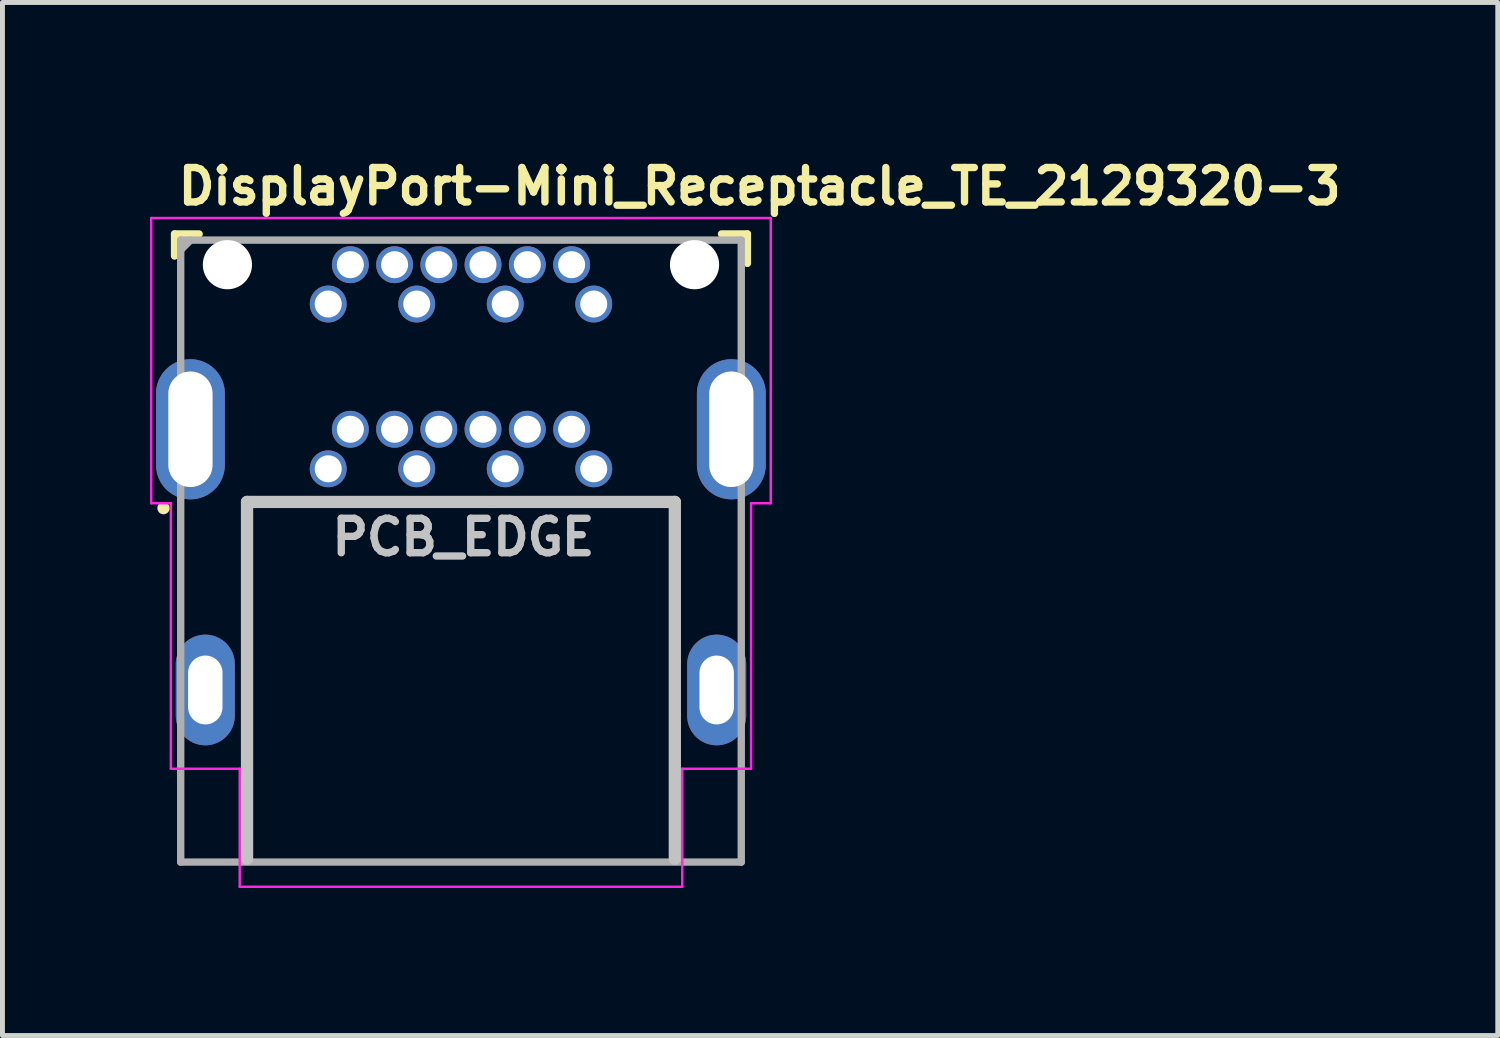
<source format=kicad_pcb>
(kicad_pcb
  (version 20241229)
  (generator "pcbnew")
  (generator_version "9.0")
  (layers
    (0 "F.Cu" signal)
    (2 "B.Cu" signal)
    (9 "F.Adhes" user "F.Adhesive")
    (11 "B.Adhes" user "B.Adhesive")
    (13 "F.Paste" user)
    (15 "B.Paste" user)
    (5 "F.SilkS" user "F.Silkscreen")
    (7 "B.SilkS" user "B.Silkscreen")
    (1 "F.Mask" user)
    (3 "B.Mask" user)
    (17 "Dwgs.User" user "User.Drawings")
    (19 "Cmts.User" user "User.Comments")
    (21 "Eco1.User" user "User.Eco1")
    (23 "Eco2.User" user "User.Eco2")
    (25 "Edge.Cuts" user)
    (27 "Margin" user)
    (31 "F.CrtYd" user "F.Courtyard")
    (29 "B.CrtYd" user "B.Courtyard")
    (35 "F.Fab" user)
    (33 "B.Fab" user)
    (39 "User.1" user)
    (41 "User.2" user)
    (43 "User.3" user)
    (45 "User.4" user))
  (footprint "DisplayPort-Mini_Receptacle_TE_2129320-3"
    (layer "F.Cu")
    (at 3.625 6.484)
    (property "Reference" "DisplayPort-Mini_Receptacle_TE_2129320-3" (at -3.125 -5.334 0) (layer "F.SilkS") (effects (font (size 0.7 0.7) (thickness 0.15)) (justify left bottom)))
    (attr through_hole)
    (fp_line (start -3.125 -4.776) (end -3.125 -4.327) (stroke (width 0.15) (type solid)) (layer "F.SilkS"))
    (fp_line (start -2.625 -4.776) (end -3.125 -4.776) (stroke (width 0.15) (type solid)) (layer "F.SilkS"))
    (fp_line (start 7.998 -4.776) (end 8.525 -4.776) (stroke (width 0.15) (type solid)) (layer "F.SilkS"))
    (fp_line (start 8.525 -4.776) (end 8.525 -4.178) (stroke (width 0.15) (type solid)) (layer "F.SilkS"))
    (fp_circle (center -3.35 0.8) (end -3.3 0.8) (stroke (width 0.15) (type solid)) (fill yes) (layer "F.SilkS"))
    (fp_line (start -1.651 0.674) (end -1.651 7.929) (stroke (width 0.25) (type solid)) (layer "Dwgs.User"))
    (fp_line (start -1.651 0.674) (end 7.049 0.674) (stroke (width 0.25) (type solid)) (layer "Dwgs.User"))
    (fp_line (start 7.049 0.674) (end 7.049 7.929) (stroke (width 0.25) (type solid)) (layer "Dwgs.User"))
    (fp_line (start -3.6 -5.1) (end 9 -5.1) (stroke (width 0.05) (type solid)) (layer "F.CrtYd"))
    (fp_line (start -3.6 0.7) (end -3.6 -5.1) (stroke (width 0.05) (type solid)) (layer "F.CrtYd"))
    (fp_line (start -3.6 0.7) (end -3.2 0.7) (stroke (width 0.05) (type solid)) (layer "F.CrtYd"))
    (fp_line (start -3.2 0.7) (end -3.2 6.1) (stroke (width 0.05) (type solid)) (layer "F.CrtYd"))
    (fp_line (start -3.2 6.1) (end -1.8 6.1) (stroke (width 0.05) (type solid)) (layer "F.CrtYd"))
    (fp_line (start -1.8 6.1) (end -1.8 8.5) (stroke (width 0.05) (type solid)) (layer "F.CrtYd"))
    (fp_line (start -1.8 8.5) (end 7.2 8.5) (stroke (width 0.05) (type solid)) (layer "F.CrtYd"))
    (fp_line (start 7.2 6.1) (end 7.2 8.5) (stroke (width 0.05) (type solid)) (layer "F.CrtYd"))
    (fp_line (start 8.6 0.7) (end 8.6 6.1) (stroke (width 0.05) (type solid)) (layer "F.CrtYd"))
    (fp_line (start 8.6 6.1) (end 7.2 6.1) (stroke (width 0.05) (type solid)) (layer "F.CrtYd"))
    (fp_line (start 9 -5.1) (end 9 0.7) (stroke (width 0.05) (type solid)) (layer "F.CrtYd"))
    (fp_line (start 9 0.7) (end 8.6 0.7) (stroke (width 0.05) (type solid)) (layer "F.CrtYd"))
    (fp_line (start -3 -4.651) (end -3 7.998) (stroke (width 0.15) (type solid)) (layer "F.Fab"))
    (fp_line (start -3 7.998) (end 8.4 7.998) (stroke (width 0.15) (type solid)) (layer "F.Fab"))
    (fp_line (start -2.8 -4.65) (end -3 -4.45) (stroke (width 0.15) (type solid)) (layer "F.Fab"))
    (fp_line (start 8.4 -4.651) (end -3 -4.651) (stroke (width 0.15) (type solid)) (layer "F.Fab"))
    (fp_line (start 8.4 -4.651) (end 8.4 7.998) (stroke (width 0.15) (type solid)) (layer "F.Fab"))
    (fp_rect (start -3 -4.601) (end 8.4 8.05) (stroke (width 0.1) (type solid)) (fill no) (layer "User.5"))
    (fp_line (start -3 -4.55) (end -3 -4.151) (stroke (width 0.02) (type solid)) (layer "User.9"))
    (fp_line (start -3 -4.151) (end -2.995 -4.151) (stroke (width 0.02) (type solid)) (layer "User.9"))
    (fp_line (start -3 0.05) (end -3 -4.151) (stroke (width 0.02) (type solid)) (layer "User.9"))
    (fp_line (start -3 0.05) (end -3 0.165) (stroke (width 0.02) (type solid)) (layer "User.9"))
    (fp_line (start -3 0.05) (end -2.995 0.05) (stroke (width 0.02) (type solid)) (layer "User.9"))
    (fp_line (start -3 0.165) (end -3 0.23) (stroke (width 0.02) (type solid)) (layer "User.9"))
    (fp_line (start -3 0.23) (end -2.601 0.23) (stroke (width 0.02) (type solid)) (layer "User.9"))
    (fp_line (start -2.995 -4.151) (end -2.995 -4.151) (stroke (width 0.02) (type solid)) (layer "User.9"))
    (fp_line (start -2.995 -4.151) (end -2.976 -4.151) (stroke (width 0.02) (type solid)) (layer "User.9"))
    (fp_line (start -2.995 0.05) (end -2.995 0.05) (stroke (width 0.02) (type solid)) (layer "User.9"))
    (fp_line (start -2.995 0.05) (end -2.976 0.05) (stroke (width 0.02) (type solid)) (layer "User.9"))
    (fp_line (start -2.976 -4.151) (end -2.976 -4.151) (stroke (width 0.02) (type solid)) (layer "User.9"))
    (fp_line (start -2.976 -4.151) (end -2.944 -4.151) (stroke (width 0.02) (type solid)) (layer "User.9"))
    (fp_line (start -2.976 0.05) (end -2.976 0.05) (stroke (width 0.02) (type solid)) (layer "User.9"))
    (fp_line (start -2.976 0.05) (end -2.944 0.05) (stroke (width 0.02) (type solid)) (layer "User.9"))
    (fp_line (start -2.944 -4.151) (end -2.944 -4.151) (stroke (width 0.02) (type solid)) (layer "User.9"))
    (fp_line (start -2.944 -4.151) (end -2.902 -4.151) (stroke (width 0.02) (type solid)) (layer "User.9"))
    (fp_line (start -2.944 0.05) (end -2.944 0.05) (stroke (width 0.02) (type solid)) (layer "User.9"))
    (fp_line (start -2.944 0.05) (end -2.902 0.05) (stroke (width 0.02) (type solid)) (layer "User.9"))
    (fp_line (start -2.902 -4.151) (end -2.902 -4.151) (stroke (width 0.02) (type solid)) (layer "User.9"))
    (fp_line (start -2.902 -4.151) (end -2.847 -4.151) (stroke (width 0.02) (type solid)) (layer "User.9"))
    (fp_line (start -2.902 0.05) (end -2.902 0.05) (stroke (width 0.02) (type solid)) (layer "User.9"))
    (fp_line (start -2.902 0.05) (end -2.847 0.05) (stroke (width 0.02) (type solid)) (layer "User.9"))
    (fp_line (start -2.847 -4.151) (end -2.847 -4.151) (stroke (width 0.02) (type solid)) (layer "User.9"))
    (fp_line (start -2.847 -4.151) (end -2.782 -4.151) (stroke (width 0.02) (type solid)) (layer "User.9"))
    (fp_line (start -2.847 0.05) (end -2.847 0.05) (stroke (width 0.02) (type solid)) (layer "User.9"))
    (fp_line (start -2.847 0.05) (end -2.782 0.05) (stroke (width 0.02) (type solid)) (layer "User.9"))
    (fp_line (start -2.782 -4.151) (end -2.782 -4.151) (stroke (width 0.02) (type solid)) (layer "User.9"))
    (fp_line (start -2.782 -4.151) (end -2.709 -4.151) (stroke (width 0.02) (type solid)) (layer "User.9"))
    (fp_line (start -2.782 0.05) (end -2.782 0.05) (stroke (width 0.02) (type solid)) (layer "User.9"))
    (fp_line (start -2.782 0.05) (end -2.709 0.05) (stroke (width 0.02) (type solid)) (layer "User.9"))
    (fp_line (start -2.709 -4.151) (end -2.709 -4.151) (stroke (width 0.02) (type solid)) (layer "User.9"))
    (fp_line (start -2.709 -4.151) (end -2.625 -4.151) (stroke (width 0.02) (type solid)) (layer "User.9"))
    (fp_line (start -2.709 0.05) (end -2.709 0.05) (stroke (width 0.02) (type solid)) (layer "User.9"))
    (fp_line (start -2.709 0.05) (end -2.625 0.05) (stroke (width 0.02) (type solid)) (layer "User.9"))
    (fp_line (start -2.702 4.049) (end -2.702 5.049) (stroke (width 0.02) (type solid)) (layer "User.9"))
    (fp_line (start -2.702 5.049) (end -2.702 5.849) (stroke (width 0.02) (type solid)) (layer "User.9"))
    (fp_line (start -2.685 4.049) (end -2.702 4.049) (stroke (width 0.02) (type solid)) (layer "User.9"))
    (fp_line (start -2.685 4.049) (end -2.685 4.049) (stroke (width 0.02) (type solid)) (layer "User.9"))
    (fp_line (start -2.685 5.849) (end -2.702 5.849) (stroke (width 0.02) (type solid)) (layer "User.9"))
    (fp_line (start -2.685 5.849) (end -2.685 5.849) (stroke (width 0.02) (type solid)) (layer "User.9"))
    (fp_line (start -2.641 4.049) (end -2.685 4.049) (stroke (width 0.02) (type solid)) (layer "User.9"))
    (fp_line (start -2.641 4.049) (end -2.641 4.049) (stroke (width 0.02) (type solid)) (layer "User.9"))
    (fp_line (start -2.641 5.849) (end -2.685 5.849) (stroke (width 0.02) (type solid)) (layer "User.9"))
    (fp_line (start -2.641 5.849) (end -2.641 5.849) (stroke (width 0.02) (type solid)) (layer "User.9"))
    (fp_line (start -2.625 -4.151) (end -2.625 -4.151) (stroke (width 0.02) (type solid)) (layer "User.9"))
    (fp_line (start -2.625 -4.151) (end -2.435 -4.151) (stroke (width 0.02) (type solid)) (layer "User.9"))
    (fp_line (start -2.625 0.05) (end -2.625 0.05) (stroke (width 0.02) (type solid)) (layer "User.9"))
    (fp_line (start -2.625 0.05) (end -2.435 0.05) (stroke (width 0.02) (type solid)) (layer "User.9"))
    (fp_line (start -2.601 -4.55) (end -3 -4.55) (stroke (width 0.02) (type solid)) (layer "User.9"))
    (fp_line (start -2.601 -4.55) (end -2.601 -4.151) (stroke (width 0.02) (type solid)) (layer "User.9"))
    (fp_line (start -2.601 0.05) (end -2.601 0.165) (stroke (width 0.02) (type solid)) (layer "User.9"))
    (fp_line (start -2.601 0.165) (end -2.601 0.23) (stroke (width 0.02) (type solid)) (layer "User.9"))
    (fp_line (start -2.57 4.049) (end -2.641 4.049) (stroke (width 0.02) (type solid)) (layer "User.9"))
    (fp_line (start -2.57 4.049) (end -2.57 4.049) (stroke (width 0.02) (type solid)) (layer "User.9"))
    (fp_line (start -2.57 5.849) (end -2.641 5.849) (stroke (width 0.02) (type solid)) (layer "User.9"))
    (fp_line (start -2.57 5.849) (end -2.57 5.849) (stroke (width 0.02) (type solid)) (layer "User.9"))
    (fp_line (start -2.551 -4.601) (end -2.5 -4.601) (stroke (width 0.02) (type solid)) (layer "User.9"))
    (fp_line (start -2.551 -4.151) (end -2.551 -4.601) (stroke (width 0.02) (type solid)) (layer "User.9"))
    (fp_line (start -2.551 0.45) (end -2.551 0.05) (stroke (width 0.02) (type solid)) (layer "User.9"))
    (fp_line (start -2.551 0.45) (end -2.551 2.85) (stroke (width 0.02) (type solid)) (layer "User.9"))
    (fp_line (start -2.551 2.85) (end -2.351 3.048) (stroke (width 0.02) (type solid)) (layer "User.9"))
    (fp_line (start -2.536 0.45) (end -2.551 0.45) (stroke (width 0.02) (type solid)) (layer "User.9"))
    (fp_line (start -2.536 0.45) (end -2.536 0.45) (stroke (width 0.02) (type solid)) (layer "User.9"))
    (fp_line (start -2.525 4.049) (end -2.57 4.049) (stroke (width 0.02) (type solid)) (layer "User.9"))
    (fp_line (start -2.525 4.049) (end -2.525 4.049) (stroke (width 0.02) (type solid)) (layer "User.9"))
    (fp_line (start -2.525 5.849) (end -2.57 5.849) (stroke (width 0.02) (type solid)) (layer "User.9"))
    (fp_line (start -2.525 5.849) (end -2.525 5.849) (stroke (width 0.02) (type solid)) (layer "User.9"))
    (fp_line (start -2.5 -4.601) (end -2.5 -4.202) (stroke (width 0.02) (type solid)) (layer "User.9"))
    (fp_line (start -2.5 -4.601) (end -2.301 -4.601) (stroke (width 0.02) (type solid)) (layer "User.9"))
    (fp_line (start -2.5 -4.202) (end -2.301 -4.202) (stroke (width 0.02) (type solid)) (layer "User.9"))
    (fp_line (start -2.492 0.45) (end -2.536 0.45) (stroke (width 0.02) (type solid)) (layer "User.9"))
    (fp_line (start -2.492 0.45) (end -2.492 0.45) (stroke (width 0.02) (type solid)) (layer "User.9"))
    (fp_line (start -2.435 -4.151) (end -2.435 -4.151) (stroke (width 0.02) (type solid)) (layer "User.9"))
    (fp_line (start -2.435 -4.151) (end -2 -4.151) (stroke (width 0.02) (type solid)) (layer "User.9"))
    (fp_line (start -2.435 0.05) (end -2.435 0.05) (stroke (width 0.02) (type solid)) (layer "User.9"))
    (fp_line (start -2.435 0.05) (end -2 0.05) (stroke (width 0.02) (type solid)) (layer "User.9"))
    (fp_line (start -2.42 0.45) (end -2.492 0.45) (stroke (width 0.02) (type solid)) (layer "User.9"))
    (fp_line (start -2.42 0.45) (end -2.42 0.45) (stroke (width 0.02) (type solid)) (layer "User.9"))
    (fp_line (start -2.375 0.45) (end -2.42 0.45) (stroke (width 0.02) (type solid)) (layer "User.9"))
    (fp_line (start -2.375 0.45) (end -2.375 0.45) (stroke (width 0.02) (type solid)) (layer "User.9"))
    (fp_line (start -2.351 3.048) (end -1.69 3.048) (stroke (width 0.02) (type solid)) (layer "User.9"))
    (fp_line (start -2.301 -4.601) (end -1.401 -4.601) (stroke (width 0.02) (type solid)) (layer "User.9"))
    (fp_line (start -2.301 -4.202) (end -1.401 -4.202) (stroke (width 0.02) (type solid)) (layer "User.9"))
    (fp_line (start -2.101 4.049) (end -2.525 4.049) (stroke (width 0.02) (type solid)) (layer "User.9"))
    (fp_line (start -2.101 5.849) (end -2.525 5.849) (stroke (width 0.02) (type solid)) (layer "User.9"))
    (fp_line (start -2 0.05) (end -0.102 0.05) (stroke (width 0.02) (type solid)) (layer "User.9"))
    (fp_line (start -1.95 -4.151) (end -1.2 -4.151) (stroke (width 0.02) (type solid)) (layer "User.9"))
    (fp_line (start -1.95 0.45) (end -2.375 0.45) (stroke (width 0.02) (type solid)) (layer "User.9"))
    (fp_line (start -1.801 -4.151) (end -2 -4.151) (stroke (width 0.02) (type solid)) (layer "User.9"))
    (fp_line (start -1.79 -4.151) (end -1.801 -4.151) (stroke (width 0.02) (type solid)) (layer "User.9"))
    (fp_line (start -1.78 -4.149) (end -1.79 -4.151) (stroke (width 0.02) (type solid)) (layer "User.9"))
    (fp_line (start -1.77 -4.148) (end -1.78 -4.149) (stroke (width 0.02) (type solid)) (layer "User.9"))
    (fp_line (start -1.76 -4.146) (end -1.77 -4.148) (stroke (width 0.02) (type solid)) (layer "User.9"))
    (fp_line (start -1.752 -4.145) (end -1.76 -4.146) (stroke (width 0.02) (type solid)) (layer "User.9"))
    (fp_line (start -1.742 -4.143) (end -1.752 -4.145) (stroke (width 0.02) (type solid)) (layer "User.9"))
    (fp_line (start -1.732 -4.138) (end -1.742 -4.143) (stroke (width 0.02) (type solid)) (layer "User.9"))
    (fp_line (start -1.724 -4.135) (end -1.732 -4.138) (stroke (width 0.02) (type solid)) (layer "User.9"))
    (fp_line (start -1.714 -4.132) (end -1.724 -4.135) (stroke (width 0.02) (type solid)) (layer "User.9"))
    (fp_line (start -1.706 -4.127) (end -1.714 -4.132) (stroke (width 0.02) (type solid)) (layer "User.9"))
    (fp_line (start -1.698 -4.122) (end -1.706 -4.127) (stroke (width 0.02) (type solid)) (layer "User.9"))
    (fp_line (start -1.69 -4.116) (end -1.698 -4.122) (stroke (width 0.02) (type solid)) (layer "User.9"))
    (fp_line (start -1.69 3.048) (end -1.49 2.85) (stroke (width 0.02) (type solid)) (layer "User.9"))
    (fp_line (start -1.682 -4.111) (end -1.69 -4.116) (stroke (width 0.02) (type solid)) (layer "User.9"))
    (fp_line (start -1.674 -4.106) (end -1.682 -4.111) (stroke (width 0.02) (type solid)) (layer "User.9"))
    (fp_line (start -1.666 -4.1) (end -1.674 -4.106) (stroke (width 0.02) (type solid)) (layer "User.9"))
    (fp_line (start -1.659 -4.093) (end -1.666 -4.1) (stroke (width 0.02) (type solid)) (layer "User.9"))
    (fp_line (start -1.653 -4.085) (end -1.659 -4.093) (stroke (width 0.02) (type solid)) (layer "User.9"))
    (fp_line (start -1.651 4.049) (end -2.101 4.049) (stroke (width 0.02) (type solid)) (layer "User.9"))
    (fp_line (start -1.651 5.849) (end -2.101 5.849) (stroke (width 0.02) (type solid)) (layer "User.9"))
    (fp_line (start -1.647 -4.079) (end -1.653 -4.085) (stroke (width 0.02) (type solid)) (layer "User.9"))
    (fp_line (start -1.641 -4.071) (end -1.647 -4.079) (stroke (width 0.02) (type solid)) (layer "User.9"))
    (fp_line (start -1.635 -4.063) (end -1.641 -4.071) (stroke (width 0.02) (type solid)) (layer "User.9"))
    (fp_line (start -1.629 -4.055) (end -1.635 -4.063) (stroke (width 0.02) (type solid)) (layer "User.9"))
    (fp_line (start -1.625 -4.047) (end -1.629 -4.055) (stroke (width 0.02) (type solid)) (layer "User.9"))
    (fp_line (start -1.621 -4.037) (end -1.625 -4.047) (stroke (width 0.02) (type solid)) (layer "User.9"))
    (fp_line (start -1.617 -4.029) (end -1.621 -4.037) (stroke (width 0.02) (type solid)) (layer "User.9"))
    (fp_line (start -1.613 -4.02) (end -1.617 -4.029) (stroke (width 0.02) (type solid)) (layer "User.9"))
    (fp_line (start -1.609 -4.01) (end -1.613 -4.02) (stroke (width 0.02) (type solid)) (layer "User.9"))
    (fp_line (start -1.607 -4) (end -1.609 -4.01) (stroke (width 0.02) (type solid)) (layer "User.9"))
    (fp_line (start -1.605 -3.992) (end -1.607 -4) (stroke (width 0.02) (type solid)) (layer "User.9"))
    (fp_line (start -1.603 -3.981) (end -1.605 -3.992) (stroke (width 0.02) (type solid)) (layer "User.9"))
    (fp_line (start -1.603 -3.972) (end -1.603 -3.981) (stroke (width 0.02) (type solid)) (layer "User.9"))
    (fp_line (start -1.601 -3.962) (end -1.603 -3.972) (stroke (width 0.02) (type solid)) (layer "User.9"))
    (fp_line (start -1.601 -3.951) (end -1.601 -3.962) (stroke (width 0.02) (type solid)) (layer "User.9"))
    (fp_line (start -1.601 -3.951) (end -1.601 -3.94) (stroke (width 0.02) (type solid)) (layer "User.9"))
    (fp_line (start -1.601 -3.94) (end -1.599 -3.931) (stroke (width 0.02) (type solid)) (layer "User.9"))
    (fp_line (start -1.599 -3.931) (end -1.599 -3.92) (stroke (width 0.02) (type solid)) (layer "User.9"))
    (fp_line (start -1.599 -3.92) (end -1.597 -3.911) (stroke (width 0.02) (type solid)) (layer "User.9"))
    (fp_line (start -1.597 -3.911) (end -1.595 -3.902) (stroke (width 0.02) (type solid)) (layer "User.9"))
    (fp_line (start -1.595 -3.902) (end -1.591 -3.891) (stroke (width 0.02) (type solid)) (layer "User.9"))
    (fp_line (start -1.595 5.475) (end -1.428 5.554) (stroke (width 0.02) (type solid)) (layer "User.9"))
    (fp_line (start -1.591 -3.891) (end -1.589 -3.883) (stroke (width 0.02) (type solid)) (layer "User.9"))
    (fp_line (start -1.589 -3.883) (end -1.585 -3.874) (stroke (width 0.02) (type solid)) (layer "User.9"))
    (fp_line (start -1.585 -3.874) (end -1.581 -3.864) (stroke (width 0.02) (type solid)) (layer "User.9"))
    (fp_line (start -1.581 -3.864) (end -1.577 -3.855) (stroke (width 0.02) (type solid)) (layer "User.9"))
    (fp_line (start -1.577 -3.855) (end -1.573 -3.847) (stroke (width 0.02) (type solid)) (layer "User.9"))
    (fp_line (start -1.573 -3.847) (end -1.567 -3.839) (stroke (width 0.02) (type solid)) (layer "User.9"))
    (fp_line (start -1.567 -3.839) (end -1.561 -3.831) (stroke (width 0.02) (type solid)) (layer "User.9"))
    (fp_line (start -1.561 -3.831) (end -1.555 -3.823) (stroke (width 0.02) (type solid)) (layer "User.9"))
    (fp_line (start -1.555 -3.823) (end -1.549 -3.817) (stroke (width 0.02) (type solid)) (layer "User.9"))
    (fp_line (start -1.549 -3.817) (end -1.543 -3.81) (stroke (width 0.02) (type solid)) (layer "User.9"))
    (fp_line (start -1.543 -3.81) (end -1.536 -3.803) (stroke (width 0.02) (type solid)) (layer "User.9"))
    (fp_line (start -1.536 -3.803) (end -1.528 -3.797) (stroke (width 0.02) (type solid)) (layer "User.9"))
    (fp_line (start -1.528 -3.797) (end -1.52 -3.79) (stroke (width 0.02) (type solid)) (layer "User.9"))
    (fp_line (start -1.52 -3.79) (end -1.512 -3.786) (stroke (width 0.02) (type solid)) (layer "User.9"))
    (fp_line (start -1.512 -3.786) (end -1.504 -3.781) (stroke (width 0.02) (type solid)) (layer "User.9"))
    (fp_line (start -1.504 -3.781) (end -1.496 -3.775) (stroke (width 0.02) (type solid)) (layer "User.9"))
    (fp_line (start -1.496 -3.775) (end -1.488 -3.77) (stroke (width 0.02) (type solid)) (layer "User.9"))
    (fp_line (start -1.49 2.85) (end -1.49 0.45) (stroke (width 0.02) (type solid)) (layer "User.9"))
    (fp_line (start -1.488 -3.77) (end -1.478 -3.766) (stroke (width 0.02) (type solid)) (layer "User.9"))
    (fp_line (start -1.478 -3.766) (end -1.47 -3.763) (stroke (width 0.02) (type solid)) (layer "User.9"))
    (fp_line (start -1.47 -3.763) (end -1.46 -3.761) (stroke (width 0.02) (type solid)) (layer "User.9"))
    (fp_line (start -1.46 -3.761) (end -1.45 -3.758) (stroke (width 0.02) (type solid)) (layer "User.9"))
    (fp_line (start -1.45 -3.758) (end -1.442 -3.755) (stroke (width 0.02) (type solid)) (layer "User.9"))
    (fp_line (start -1.45 1.658) (end -1.45 3.171) (stroke (width 0.02) (type solid)) (layer "User.9"))
    (fp_line (start -1.45 1.66) (end -1.45 0.45) (stroke (width 0.02) (type solid)) (layer "User.9"))
    (fp_line (start -1.45 1.66) (end -1.44 1.723) (stroke (width 0.02) (type solid)) (layer "User.9"))
    (fp_line (start -1.45 3.171) (end -1.428 3.335) (stroke (width 0.02) (type solid)) (layer "User.9"))
    (fp_line (start -1.45 4.049) (end -1.651 4.049) (stroke (width 0.02) (type solid)) (layer "User.9"))
    (fp_line (start -1.45 5.171) (end -1.45 3.171) (stroke (width 0.02) (type solid)) (layer "User.9"))
    (fp_line (start -1.45 5.849) (end -1.651 5.849) (stroke (width 0.02) (type solid)) (layer "User.9"))
    (fp_line (start -1.45 6.06) (end -1.45 5.544) (stroke (width 0.02) (type solid)) (layer "User.9"))
    (fp_line (start -1.45 6.249) (end -1.45 6.06) (stroke (width 0.02) (type solid)) (layer "User.9"))
    (fp_line (start -1.45 8.05) (end -1.45 6.249) (stroke (width 0.02) (type solid)) (layer "User.9"))
    (fp_line (start -1.442 -3.755) (end -1.432 -3.754) (stroke (width 0.02) (type solid)) (layer "User.9"))
    (fp_line (start -1.44 1.723) (end -1.438 1.737) (stroke (width 0.02) (type solid)) (layer "User.9"))
    (fp_line (start -1.44 6.187) (end -1.45 6.249) (stroke (width 0.02) (type solid)) (layer "User.9"))
    (fp_line (start -1.438 1.737) (end -1.436 1.751) (stroke (width 0.02) (type solid)) (layer "User.9"))
    (fp_line (start -1.436 1.751) (end -1.434 1.767) (stroke (width 0.02) (type solid)) (layer "User.9"))
    (fp_line (start -1.436 6.16) (end -1.44 6.187) (stroke (width 0.02) (type solid)) (layer "User.9"))
    (fp_line (start -1.434 1.767) (end -1.432 1.785) (stroke (width 0.02) (type solid)) (layer "User.9"))
    (fp_line (start -1.432 -3.754) (end -1.422 -3.753) (stroke (width 0.02) (type solid)) (layer "User.9"))
    (fp_line (start -1.432 1.785) (end -1.43 1.802) (stroke (width 0.02) (type solid)) (layer "User.9"))
    (fp_line (start -1.432 6.126) (end -1.436 6.16) (stroke (width 0.02) (type solid)) (layer "User.9"))
    (fp_line (start -1.43 1.802) (end -1.428 1.82) (stroke (width 0.02) (type solid)) (layer "User.9"))
    (fp_line (start -1.43 6.108) (end -1.432 6.126) (stroke (width 0.02) (type solid)) (layer "User.9"))
    (fp_line (start -1.428 1.82) (end -1.428 1.84) (stroke (width 0.02) (type solid)) (layer "User.9"))
    (fp_line (start -1.428 1.84) (end -1.428 1.86) (stroke (width 0.02) (type solid)) (layer "User.9"))
    (fp_line (start -1.428 1.86) (end -1.428 6.049) (stroke (width 0.02) (type solid)) (layer "User.9"))
    (fp_line (start -1.428 5.121) (end -1.595 5.475) (stroke (width 0.02) (type solid)) (layer "User.9"))
    (fp_line (start -1.428 6.049) (end -1.428 6.07) (stroke (width 0.02) (type solid)) (layer "User.9"))
    (fp_line (start -1.428 6.07) (end -1.428 6.089) (stroke (width 0.02) (type solid)) (layer "User.9"))
    (fp_line (start -1.428 6.089) (end -1.43 6.108) (stroke (width 0.02) (type solid)) (layer "User.9"))
    (fp_line (start -1.422 -3.753) (end -1.412 -3.751) (stroke (width 0.02) (type solid)) (layer "User.9"))
    (fp_line (start -1.412 -3.751) (end -1.401 -3.751) (stroke (width 0.02) (type solid)) (layer "User.9"))
    (fp_line (start -1.401 -4.601) (end -1.2 -4.601) (stroke (width 0.02) (type solid)) (layer "User.9"))
    (fp_line (start -1.401 -4.202) (end -1.2 -4.202) (stroke (width 0.02) (type solid)) (layer "User.9"))
    (fp_line (start -1.401 -3.751) (end -1.401 -3.751) (stroke (width 0.02) (type solid)) (layer "User.9"))
    (fp_line (start -1.401 -3.751) (end -1.391 -3.751) (stroke (width 0.02) (type solid)) (layer "User.9"))
    (fp_line (start -1.391 -3.751) (end -1.381 -3.753) (stroke (width 0.02) (type solid)) (layer "User.9"))
    (fp_line (start -1.381 -3.753) (end -1.371 -3.754) (stroke (width 0.02) (type solid)) (layer "User.9"))
    (fp_line (start -1.371 -3.754) (end -1.361 -3.755) (stroke (width 0.02) (type solid)) (layer "User.9"))
    (fp_line (start -1.361 -3.755) (end -1.351 -3.758) (stroke (width 0.02) (type solid)) (layer "User.9"))
    (fp_line (start -1.351 -3.758) (end -1.341 -3.761) (stroke (width 0.02) (type solid)) (layer "User.9"))
    (fp_line (start -1.341 -3.761) (end -1.333 -3.763) (stroke (width 0.02) (type solid)) (layer "User.9"))
    (fp_line (start -1.333 -3.763) (end -1.323 -3.766) (stroke (width 0.02) (type solid)) (layer "User.9"))
    (fp_line (start -1.323 -3.766) (end -1.315 -3.77) (stroke (width 0.02) (type solid)) (layer "User.9"))
    (fp_line (start -1.315 -3.77) (end -1.305 -3.775) (stroke (width 0.02) (type solid)) (layer "User.9"))
    (fp_line (start -1.305 -3.775) (end -1.297 -3.781) (stroke (width 0.02) (type solid)) (layer "User.9"))
    (fp_line (start -1.297 -3.781) (end -1.289 -3.786) (stroke (width 0.02) (type solid)) (layer "User.9"))
    (fp_line (start -1.289 -3.786) (end -1.281 -3.79) (stroke (width 0.02) (type solid)) (layer "User.9"))
    (fp_line (start -1.281 -3.79) (end -1.274 -3.797) (stroke (width 0.02) (type solid)) (layer "User.9"))
    (fp_line (start -1.274 -3.797) (end -1.266 -3.803) (stroke (width 0.02) (type solid)) (layer "User.9"))
    (fp_line (start -1.266 -3.803) (end -1.26 -3.81) (stroke (width 0.02) (type solid)) (layer "User.9"))
    (fp_line (start -1.26 -3.81) (end -1.252 -3.817) (stroke (width 0.02) (type solid)) (layer "User.9"))
    (fp_line (start -1.252 -3.817) (end -1.246 -3.823) (stroke (width 0.02) (type solid)) (layer "User.9"))
    (fp_line (start -1.246 -3.823) (end -1.24 -3.831) (stroke (width 0.02) (type solid)) (layer "User.9"))
    (fp_line (start -1.24 -3.831) (end -1.236 -3.839) (stroke (width 0.02) (type solid)) (layer "User.9"))
    (fp_line (start -1.236 -3.839) (end -1.23 -3.847) (stroke (width 0.02) (type solid)) (layer "User.9"))
    (fp_line (start -1.232 8.05) (end -1.45 8.05) (stroke (width 0.02) (type solid)) (layer "User.9"))
    (fp_line (start -1.23 -3.847) (end -1.226 -3.855) (stroke (width 0.02) (type solid)) (layer "User.9"))
    (fp_line (start -1.226 -3.855) (end -1.22 -3.864) (stroke (width 0.02) (type solid)) (layer "User.9"))
    (fp_line (start -1.22 -3.864) (end -1.216 -3.874) (stroke (width 0.02) (type solid)) (layer "User.9"))
    (fp_line (start -1.216 -3.874) (end -1.214 -3.883) (stroke (width 0.02) (type solid)) (layer "User.9"))
    (fp_line (start -1.214 -3.883) (end -1.21 -3.891) (stroke (width 0.02) (type solid)) (layer "User.9"))
    (fp_line (start -1.21 -3.891) (end -1.208 -3.902) (stroke (width 0.02) (type solid)) (layer "User.9"))
    (fp_line (start -1.208 -3.902) (end -1.206 -3.911) (stroke (width 0.02) (type solid)) (layer "User.9"))
    (fp_line (start -1.206 -3.911) (end -1.204 -3.92) (stroke (width 0.02) (type solid)) (layer "User.9"))
    (fp_line (start -1.204 -3.92) (end -1.202 -3.931) (stroke (width 0.02) (type solid)) (layer "User.9"))
    (fp_line (start -1.202 -3.94) (end -1.2 -3.951) (stroke (width 0.02) (type solid)) (layer "User.9"))
    (fp_line (start -1.202 -3.931) (end -1.202 -3.94) (stroke (width 0.02) (type solid)) (layer "User.9"))
    (fp_line (start -1.2 -4.585) (end -1.2 -4.601) (stroke (width 0.02) (type solid)) (layer "User.9"))
    (fp_line (start -1.2 -4.585) (end -1.2 -4.585) (stroke (width 0.02) (type solid)) (layer "User.9"))
    (fp_line (start -1.2 -4.542) (end -1.2 -4.585) (stroke (width 0.02) (type solid)) (layer "User.9"))
    (fp_line (start -1.2 -4.542) (end -1.2 -4.542) (stroke (width 0.02) (type solid)) (layer "User.9"))
    (fp_line (start -1.2 -4.47) (end -1.2 -4.542) (stroke (width 0.02) (type solid)) (layer "User.9"))
    (fp_line (start -1.2 -4.47) (end -1.2 -4.47) (stroke (width 0.02) (type solid)) (layer "User.9"))
    (fp_line (start -1.2 -4.425) (end -1.2 -4.47) (stroke (width 0.02) (type solid)) (layer "User.9"))
    (fp_line (start -1.2 -4.425) (end -1.2 -4.425) (stroke (width 0.02) (type solid)) (layer "User.9"))
    (fp_line (start -1.2 -4) (end -1.2 -4.425) (stroke (width 0.02) (type solid)) (layer "User.9"))
    (fp_line (start -1.2 -4) (end -1.2 -3.951) (stroke (width 0.02) (type solid)) (layer "User.9"))
    (fp_line (start -1.2 -3.951) (end -1.601 -3.951) (stroke (width 0.02) (type solid)) (layer "User.9"))
    (fp_line (start -0.861 0.45) (end -1.95 0.45) (stroke (width 0.02) (type solid)) (layer "User.9"))
    (fp_line (start -0.631 0.45) (end -0.861 0.45) (stroke (width 0.02) (type solid)) (layer "User.9"))
    (fp_line (start -0.631 8.05) (end -1.232 8.05) (stroke (width 0.02) (type solid)) (layer "User.9"))
    (fp_line (start -0.3 0.45) (end -0.631 0.45) (stroke (width 0.02) (type solid)) (layer "User.9"))
    (fp_line (start -0.3 0.45) (end -0.298 0.449) (stroke (width 0.02) (type solid)) (layer "User.9"))
    (fp_line (start -0.298 0.449) (end -0.296 0.449) (stroke (width 0.02) (type solid)) (layer "User.9"))
    (fp_line (start -0.296 0.449) (end -0.293 0.449) (stroke (width 0.02) (type solid)) (layer "User.9"))
    (fp_line (start -0.293 0.449) (end -0.291 0.449) (stroke (width 0.02) (type solid)) (layer "User.9"))
    (fp_line (start -0.291 0.449) (end -0.3 0.45) (stroke (width 0.02) (type solid)) (layer "User.9"))
    (fp_line (start -0.291 0.449) (end -0.289 0.449) (stroke (width 0.02) (type solid)) (layer "User.9"))
    (fp_line (start -0.289 0.449) (end -0.287 0.449) (stroke (width 0.02) (type solid)) (layer "User.9"))
    (fp_line (start -0.287 0.449) (end -0.284 0.449) (stroke (width 0.02) (type solid)) (layer "User.9"))
    (fp_line (start -0.284 0.449) (end -0.282 0.449) (stroke (width 0.02) (type solid)) (layer "User.9"))
    (fp_line (start -0.282 0.449) (end -0.291 0.449) (stroke (width 0.02) (type solid)) (layer "User.9"))
    (fp_line (start -0.272 0.446) (end -0.282 0.449) (stroke (width 0.02) (type solid)) (layer "User.9"))
    (fp_line (start -0.263 0.445) (end -0.272 0.446) (stroke (width 0.02) (type solid)) (layer "User.9"))
    (fp_line (start -0.252 0.443) (end -0.263 0.445) (stroke (width 0.02) (type solid)) (layer "User.9"))
    (fp_line (start -0.243 0.44) (end -0.252 0.443) (stroke (width 0.02) (type solid)) (layer "User.9"))
    (fp_line (start -0.234 0.437) (end -0.243 0.44) (stroke (width 0.02) (type solid)) (layer "User.9"))
    (fp_line (start -0.224 0.433) (end -0.234 0.437) (stroke (width 0.02) (type solid)) (layer "User.9"))
    (fp_line (start -0.215 0.429) (end -0.224 0.433) (stroke (width 0.02) (type solid)) (layer "User.9"))
    (fp_line (start -0.207 0.425) (end -0.215 0.429) (stroke (width 0.02) (type solid)) (layer "User.9"))
    (fp_line (start -0.202 -4.601) (end -1.2 -4.601) (stroke (width 0.02) (type solid)) (layer "User.9"))
    (fp_line (start -0.202 -4.601) (end -0.202 -4.598) (stroke (width 0.02) (type solid)) (layer "User.9"))
    (fp_line (start -0.202 -4.601) (end 0 -4.601) (stroke (width 0.02) (type solid)) (layer "User.9"))
    (fp_line (start -0.202 -4.598) (end -0.202 -4.598) (stroke (width 0.02) (type solid)) (layer "User.9"))
    (fp_line (start -0.202 -4.598) (end -0.202 -4.568) (stroke (width 0.02) (type solid)) (layer "User.9"))
    (fp_line (start -0.202 -4.568) (end -0.202 -4.568) (stroke (width 0.02) (type solid)) (layer "User.9"))
    (fp_line (start -0.202 -4.568) (end -0.202 -4.51) (stroke (width 0.02) (type solid)) (layer "User.9"))
    (fp_line (start -0.202 -4.51) (end -0.202 -4.51) (stroke (width 0.02) (type solid)) (layer "User.9"))
    (fp_line (start -0.202 -4.51) (end -0.202 -4.425) (stroke (width 0.02) (type solid)) (layer "User.9"))
    (fp_line (start -0.202 -4.425) (end -0.202 -4.425) (stroke (width 0.02) (type solid)) (layer "User.9"))
    (fp_line (start -0.202 -4.425) (end -0.202 -4) (stroke (width 0.02) (type solid)) (layer "User.9"))
    (fp_line (start -0.202 -4.202) (end 0 -4.202) (stroke (width 0.02) (type solid)) (layer "User.9"))
    (fp_line (start -0.202 -4.151) (end 5.599 -4.151) (stroke (width 0.02) (type solid)) (layer "User.9"))
    (fp_line (start -0.202 -3.951) (end -0.202 -4) (stroke (width 0.02) (type solid)) (layer "User.9"))
    (fp_line (start -0.202 -3.951) (end -0.201 -3.942) (stroke (width 0.02) (type solid)) (layer "User.9"))
    (fp_line (start -0.201 -3.942) (end -0.201 -3.931) (stroke (width 0.02) (type solid)) (layer "User.9"))
    (fp_line (start -0.201 -3.931) (end -0.199 -3.922) (stroke (width 0.02) (type solid)) (layer "User.9"))
    (fp_line (start -0.199 -3.922) (end -0.198 -3.911) (stroke (width 0.02) (type solid)) (layer "User.9"))
    (fp_line (start -0.199 0.42) (end -0.207 0.425) (stroke (width 0.02) (type solid)) (layer "User.9"))
    (fp_line (start -0.198 -3.911) (end -0.195 -3.903) (stroke (width 0.02) (type solid)) (layer "User.9"))
    (fp_line (start -0.195 -3.903) (end -0.192 -3.892) (stroke (width 0.02) (type solid)) (layer "User.9"))
    (fp_line (start -0.192 -3.892) (end -0.189 -3.883) (stroke (width 0.02) (type solid)) (layer "User.9"))
    (fp_line (start -0.189 -3.883) (end -0.185 -3.875) (stroke (width 0.02) (type solid)) (layer "User.9"))
    (fp_line (start -0.189 0.416) (end -0.199 0.42) (stroke (width 0.02) (type solid)) (layer "User.9"))
    (fp_line (start -0.185 -3.875) (end -0.181 -3.866) (stroke (width 0.02) (type solid)) (layer "User.9"))
    (fp_line (start -0.181 -3.866) (end -0.177 -3.856) (stroke (width 0.02) (type solid)) (layer "User.9"))
    (fp_line (start -0.181 0.41) (end -0.189 0.416) (stroke (width 0.02) (type solid)) (layer "User.9"))
    (fp_line (start -0.177 -3.856) (end -0.173 -3.848) (stroke (width 0.02) (type solid)) (layer "User.9"))
    (fp_line (start -0.174 0.404) (end -0.181 0.41) (stroke (width 0.02) (type solid)) (layer "User.9"))
    (fp_line (start -0.173 -3.848) (end -0.168 -3.84) (stroke (width 0.02) (type solid)) (layer "User.9"))
    (fp_line (start -0.168 -3.84) (end -0.162 -3.833) (stroke (width 0.02) (type solid)) (layer "User.9"))
    (fp_line (start -0.167 0.398) (end -0.174 0.404) (stroke (width 0.02) (type solid)) (layer "User.9"))
    (fp_line (start -0.162 -3.833) (end -0.155 -3.825) (stroke (width 0.02) (type solid)) (layer "User.9"))
    (fp_line (start -0.159 0.391) (end -0.167 0.398) (stroke (width 0.02) (type solid)) (layer "User.9"))
    (fp_line (start -0.159 0.391) (end -0.159 0.391) (stroke (width 0.02) (type solid)) (layer "User.9"))
    (fp_line (start -0.155 -3.825) (end -0.149 -3.817) (stroke (width 0.02) (type solid)) (layer "User.9"))
    (fp_line (start -0.152 0.384) (end -0.159 0.391) (stroke (width 0.02) (type solid)) (layer "User.9"))
    (fp_line (start -0.149 -3.817) (end -0.143 -3.81) (stroke (width 0.02) (type solid)) (layer "User.9"))
    (fp_line (start -0.146 0.376) (end -0.152 0.384) (stroke (width 0.02) (type solid)) (layer "User.9"))
    (fp_line (start -0.143 -3.81) (end -0.143 -3.81) (stroke (width 0.02) (type solid)) (layer "User.9"))
    (fp_line (start -0.143 -3.81) (end -0.136 -3.802) (stroke (width 0.02) (type solid)) (layer "User.9"))
    (fp_line (start -0.141 0.368) (end -0.146 0.376) (stroke (width 0.02) (type solid)) (layer "User.9"))
    (fp_line (start -0.136 -3.802) (end -0.127 -3.797) (stroke (width 0.02) (type solid)) (layer "User.9"))
    (fp_line (start -0.135 0.36) (end -0.141 0.368) (stroke (width 0.02) (type solid)) (layer "User.9"))
    (fp_line (start -0.13 0.352) (end -0.135 0.36) (stroke (width 0.02) (type solid)) (layer "User.9"))
    (fp_line (start -0.127 -3.797) (end -0.12 -3.79) (stroke (width 0.02) (type solid)) (layer "User.9"))
    (fp_line (start -0.124 0.344) (end -0.13 0.352) (stroke (width 0.02) (type solid)) (layer "User.9"))
    (fp_line (start -0.12 -3.79) (end -0.111 -3.785) (stroke (width 0.02) (type solid)) (layer "User.9"))
    (fp_line (start -0.12 0.335) (end -0.124 0.344) (stroke (width 0.02) (type solid)) (layer "User.9"))
    (fp_line (start -0.117 0.326) (end -0.12 0.335) (stroke (width 0.02) (type solid)) (layer "User.9"))
    (fp_line (start -0.112 0.316) (end -0.117 0.326) (stroke (width 0.02) (type solid)) (layer "User.9"))
    (fp_line (start -0.111 -3.785) (end -0.104 -3.779) (stroke (width 0.02) (type solid)) (layer "User.9"))
    (fp_line (start -0.109 0.306) (end -0.112 0.316) (stroke (width 0.02) (type solid)) (layer "User.9"))
    (fp_line (start -0.106 0.297) (end -0.109 0.306) (stroke (width 0.02) (type solid)) (layer "User.9"))
    (fp_line (start -0.105 0.288) (end -0.106 0.297) (stroke (width 0.02) (type solid)) (layer "User.9"))
    (fp_line (start -0.104 -3.779) (end -0.095 -3.774) (stroke (width 0.02) (type solid)) (layer "User.9"))
    (fp_line (start -0.104 0.279) (end -0.105 0.288) (stroke (width 0.02) (type solid)) (layer "User.9"))
    (fp_line (start -0.102 0.05) (end -0.102 0.248) (stroke (width 0.02) (type solid)) (layer "User.9"))
    (fp_line (start -0.102 0.248) (end -0.102 0.259) (stroke (width 0.02) (type solid)) (layer "User.9"))
    (fp_line (start -0.102 0.259) (end -0.102 0.269) (stroke (width 0.02) (type solid)) (layer "User.9"))
    (fp_line (start -0.102 0.269) (end -0.104 0.279) (stroke (width 0.02) (type solid)) (layer "User.9"))
    (fp_line (start -0.102 8.05) (end -0.631 8.05) (stroke (width 0.02) (type solid)) (layer "User.9"))
    (fp_line (start -0.095 -3.774) (end -0.087 -3.77) (stroke (width 0.02) (type solid)) (layer "User.9"))
    (fp_line (start -0.087 -3.77) (end -0.077 -3.766) (stroke (width 0.02) (type solid)) (layer "User.9"))
    (fp_line (start -0.077 -3.766) (end -0.069 -3.762) (stroke (width 0.02) (type solid)) (layer "User.9"))
    (fp_line (start -0.069 -3.762) (end -0.06 -3.759) (stroke (width 0.02) (type solid)) (layer "User.9"))
    (fp_line (start -0.06 -3.759) (end -0.05 -3.758) (stroke (width 0.02) (type solid)) (layer "User.9"))
    (fp_line (start -0.05 -3.758) (end -0.04 -3.754) (stroke (width 0.02) (type solid)) (layer "User.9"))
    (fp_line (start -0.04 -3.754) (end -0.03 -3.754) (stroke (width 0.02) (type solid)) (layer "User.9"))
    (fp_line (start -0.03 -3.754) (end -0.02 -3.751) (stroke (width 0.02) (type solid)) (layer "User.9"))
    (fp_line (start -0.02 -3.751) (end -0.01 -3.751) (stroke (width 0.02) (type solid)) (layer "User.9"))
    (fp_line (start -0.01 -3.751) (end 0 -3.75) (stroke (width 0.02) (type solid)) (layer "User.9"))
    (fp_line (start 0 -4.601) (end 5.4 -4.601) (stroke (width 0.02) (type solid)) (layer "User.9"))
    (fp_line (start 0 -4.202) (end 5.4 -4.202) (stroke (width 0.02) (type solid)) (layer "User.9"))
    (fp_line (start 0 -3.75) (end 5.4 -3.75) (stroke (width 0.02) (type solid)) (layer "User.9"))
    (fp_line (start 1.199 1.749) (end 1.199 6.95) (stroke (width 0.02) (type solid)) (layer "User.9"))
    (fp_line (start 1.199 5.576) (end 1.36 5.576) (stroke (width 0.02) (type solid)) (layer "User.9"))
    (fp_line (start 1.199 5.836) (end 1.36 5.836) (stroke (width 0.02) (type solid)) (layer "User.9"))
    (fp_line (start 1.199 6.95) (end 4.2 6.95) (stroke (width 0.02) (type solid)) (layer "User.9"))
    (fp_line (start 1.36 3.048) (end 1.36 5.576) (stroke (width 0.02) (type solid)) (layer "User.9"))
    (fp_line (start 1.36 5.576) (end 1.36 5.836) (stroke (width 0.02) (type solid)) (layer "User.9"))
    (fp_line (start 1.6 1.749) (end 1.199 1.749) (stroke (width 0.02) (type solid)) (layer "User.9"))
    (fp_line (start 1.6 1.749) (end 1.6 2.769) (stroke (width 0.02) (type solid)) (layer "User.9"))
    (fp_line (start 1.638 3.048) (end 1.638 6.076) (stroke (width 0.02) (type solid)) (layer "User.9"))
    (fp_line (start 1.638 6.076) (end 1.638 6.336) (stroke (width 0.02) (type solid)) (layer "User.9"))
    (fp_line (start 1.638 6.076) (end 1.8 6.076) (stroke (width 0.02) (type solid)) (layer "User.9"))
    (fp_line (start 1.638 6.336) (end 1.959 6.336) (stroke (width 0.02) (type solid)) (layer "User.9"))
    (fp_line (start 1.648 3.048) (end 1.199 3.048) (stroke (width 0.02) (type solid)) (layer "User.9"))
    (fp_line (start 1.654 3.077) (end 1.6 2.769) (stroke (width 0.02) (type solid)) (layer "User.9"))
    (fp_line (start 1.654 3.077) (end 1.923 4.62) (stroke (width 0.02) (type solid)) (layer "User.9"))
    (fp_line (start 1.654 3.077) (end 3.745 3.077) (stroke (width 0.02) (type solid)) (layer "User.9"))
    (fp_line (start 1.8 4.849) (end 1.8 5.012) (stroke (width 0.02) (type solid)) (layer "User.9"))
    (fp_line (start 1.8 4.849) (end 1.965 4.849) (stroke (width 0.02) (type solid)) (layer "User.9"))
    (fp_line (start 1.8 5.012) (end 1.8 5.097) (stroke (width 0.02) (type solid)) (layer "User.9"))
    (fp_line (start 1.8 5.365) (end 1.8 5.097) (stroke (width 0.02) (type solid)) (layer "User.9"))
    (fp_line (start 1.8 5.365) (end 1.8 5.849) (stroke (width 0.02) (type solid)) (layer "User.9"))
    (fp_line (start 1.8 5.849) (end 1.8 6.099) (stroke (width 0.02) (type solid)) (layer "User.9"))
    (fp_line (start 1.8 5.849) (end 3.6 5.849) (stroke (width 0.02) (type solid)) (layer "User.9"))
    (fp_line (start 1.8 6.099) (end 3.6 6.099) (stroke (width 0.02) (type solid)) (layer "User.9"))
    (fp_line (start 1.923 4.62) (end 1.965 4.849) (stroke (width 0.02) (type solid)) (layer "User.9"))
    (fp_line (start 1.959 4.82) (end 1.959 4.849) (stroke (width 0.02) (type solid)) (layer "User.9"))
    (fp_line (start 1.959 6.099) (end 1.959 6.336) (stroke (width 0.02) (type solid)) (layer "User.9"))
    (fp_line (start 3.434 4.849) (end 3.6 4.849) (stroke (width 0.02) (type solid)) (layer "User.9"))
    (fp_line (start 3.438 4.82) (end 3.438 4.849) (stroke (width 0.02) (type solid)) (layer "User.9"))
    (fp_line (start 3.438 6.099) (end 3.438 6.336) (stroke (width 0.02) (type solid)) (layer "User.9"))
    (fp_line (start 3.438 6.336) (end 3.758 6.336) (stroke (width 0.02) (type solid)) (layer "User.9"))
    (fp_line (start 3.475 4.62) (end 3.434 4.849) (stroke (width 0.02) (type solid)) (layer "User.9"))
    (fp_line (start 3.6 4.849) (end 3.6 5.012) (stroke (width 0.02) (type solid)) (layer "User.9"))
    (fp_line (start 3.6 5.012) (end 3.6 5.097) (stroke (width 0.02) (type solid)) (layer "User.9"))
    (fp_line (start 3.6 5.365) (end 3.6 5.097) (stroke (width 0.02) (type solid)) (layer "User.9"))
    (fp_line (start 3.6 5.365) (end 3.6 5.849) (stroke (width 0.02) (type solid)) (layer "User.9"))
    (fp_line (start 3.6 5.849) (end 3.6 6.099) (stroke (width 0.02) (type solid)) (layer "User.9"))
    (fp_line (start 3.6 6.076) (end 3.758 6.076) (stroke (width 0.02) (type solid)) (layer "User.9"))
    (fp_line (start 3.745 3.077) (end 3.475 4.62) (stroke (width 0.02) (type solid)) (layer "User.9"))
    (fp_line (start 3.758 3.048) (end 3.758 6.076) (stroke (width 0.02) (type solid)) (layer "User.9"))
    (fp_line (start 3.758 6.076) (end 3.758 6.336) (stroke (width 0.02) (type solid)) (layer "User.9"))
    (fp_line (start 3.798 1.749) (end 3.798 2.769) (stroke (width 0.02) (type solid)) (layer "User.9"))
    (fp_line (start 3.798 2.769) (end 3.745 3.077) (stroke (width 0.02) (type solid)) (layer "User.9"))
    (fp_line (start 4.038 3.048) (end 4.038 5.576) (stroke (width 0.02) (type solid)) (layer "User.9"))
    (fp_line (start 4.038 5.576) (end 4.038 5.836) (stroke (width 0.02) (type solid)) (layer "User.9"))
    (fp_line (start 4.038 5.576) (end 4.2 5.576) (stroke (width 0.02) (type solid)) (layer "User.9"))
    (fp_line (start 4.038 5.836) (end 4.2 5.836) (stroke (width 0.02) (type solid)) (layer "User.9"))
    (fp_line (start 4.2 1.749) (end 3.798 1.749) (stroke (width 0.02) (type solid)) (layer "User.9"))
    (fp_line (start 4.2 3.048) (end 3.749 3.048) (stroke (width 0.02) (type solid)) (layer "User.9"))
    (fp_line (start 4.2 6.95) (end 4.2 1.749) (stroke (width 0.02) (type solid)) (layer "User.9"))
    (fp_line (start 5.4 -4.601) (end 5.599 -4.601) (stroke (width 0.02) (type solid)) (layer "User.9"))
    (fp_line (start 5.4 -4.202) (end 5.599 -4.202) (stroke (width 0.02) (type solid)) (layer "User.9"))
    (fp_line (start 5.4 -3.75) (end 5.41 -3.751) (stroke (width 0.02) (type solid)) (layer "User.9"))
    (fp_line (start 5.41 -3.751) (end 5.419 -3.753) (stroke (width 0.02) (type solid)) (layer "User.9"))
    (fp_line (start 5.419 -3.753) (end 5.429 -3.754) (stroke (width 0.02) (type solid)) (layer "User.9"))
    (fp_line (start 5.429 -3.754) (end 5.44 -3.755) (stroke (width 0.02) (type solid)) (layer "User.9"))
    (fp_line (start 5.44 -3.755) (end 5.448 -3.758) (stroke (width 0.02) (type solid)) (layer "User.9"))
    (fp_line (start 5.448 -3.758) (end 5.459 -3.759) (stroke (width 0.02) (type solid)) (layer "User.9"))
    (fp_line (start 5.459 -3.759) (end 5.467 -3.763) (stroke (width 0.02) (type solid)) (layer "User.9"))
    (fp_line (start 5.467 -3.763) (end 5.477 -3.766) (stroke (width 0.02) (type solid)) (layer "User.9"))
    (fp_line (start 5.477 -3.766) (end 5.485 -3.77) (stroke (width 0.02) (type solid)) (layer "User.9"))
    (fp_line (start 5.485 -3.77) (end 5.494 -3.775) (stroke (width 0.02) (type solid)) (layer "User.9"))
    (fp_line (start 5.494 -3.775) (end 5.502 -3.779) (stroke (width 0.02) (type solid)) (layer "User.9"))
    (fp_line (start 5.499 0.05) (end 7.4 0.05) (stroke (width 0.02) (type solid)) (layer "User.9"))
    (fp_line (start 5.499 0.248) (end 5.499 0.05) (stroke (width 0.02) (type solid)) (layer "User.9"))
    (fp_line (start 5.499 0.259) (end 5.499 0.248) (stroke (width 0.02) (type solid)) (layer "User.9"))
    (fp_line (start 5.499 0.269) (end 5.499 0.259) (stroke (width 0.02) (type solid)) (layer "User.9"))
    (fp_line (start 5.499 8.05) (end -0.102 8.05) (stroke (width 0.02) (type solid)) (layer "User.9"))
    (fp_line (start 5.501 0.279) (end 5.499 0.269) (stroke (width 0.02) (type solid)) (layer "User.9"))
    (fp_line (start 5.502 -3.779) (end 5.511 -3.786) (stroke (width 0.02) (type solid)) (layer "User.9"))
    (fp_line (start 5.502 0.288) (end 5.501 0.279) (stroke (width 0.02) (type solid)) (layer "User.9"))
    (fp_line (start 5.504 0.297) (end 5.502 0.288) (stroke (width 0.02) (type solid)) (layer "User.9"))
    (fp_line (start 5.507 0.306) (end 5.504 0.297) (stroke (width 0.02) (type solid)) (layer "User.9"))
    (fp_line (start 5.511 -3.786) (end 5.519 -3.79) (stroke (width 0.02) (type solid)) (layer "User.9"))
    (fp_line (start 5.511 0.316) (end 5.507 0.306) (stroke (width 0.02) (type solid)) (layer "User.9"))
    (fp_line (start 5.514 0.326) (end 5.511 0.316) (stroke (width 0.02) (type solid)) (layer "User.9"))
    (fp_line (start 5.519 -3.79) (end 5.527 -3.797) (stroke (width 0.02) (type solid)) (layer "User.9"))
    (fp_line (start 5.519 0.335) (end 5.514 0.326) (stroke (width 0.02) (type solid)) (layer "User.9"))
    (fp_line (start 5.522 0.344) (end 5.519 0.335) (stroke (width 0.02) (type solid)) (layer "User.9"))
    (fp_line (start 5.527 -3.797) (end 5.533 -3.802) (stroke (width 0.02) (type solid)) (layer "User.9"))
    (fp_line (start 5.528 0.352) (end 5.522 0.344) (stroke (width 0.02) (type solid)) (layer "User.9"))
    (fp_line (start 5.533 -3.802) (end 5.541 -3.81) (stroke (width 0.02) (type solid)) (layer "User.9"))
    (fp_line (start 5.533 0.36) (end 5.528 0.352) (stroke (width 0.02) (type solid)) (layer "User.9"))
    (fp_line (start 5.538 0.368) (end 5.533 0.36) (stroke (width 0.02) (type solid)) (layer "User.9"))
    (fp_line (start 5.541 -3.81) (end 5.547 -3.817) (stroke (width 0.02) (type solid)) (layer "User.9"))
    (fp_line (start 5.544 0.376) (end 5.538 0.368) (stroke (width 0.02) (type solid)) (layer "User.9"))
    (fp_line (start 5.547 -3.817) (end 5.554 -3.823) (stroke (width 0.02) (type solid)) (layer "User.9"))
    (fp_line (start 5.551 0.384) (end 5.544 0.376) (stroke (width 0.02) (type solid)) (layer "User.9"))
    (fp_line (start 5.554 -3.823) (end 5.56 -3.831) (stroke (width 0.02) (type solid)) (layer "User.9"))
    (fp_line (start 5.557 0.391) (end 5.551 0.384) (stroke (width 0.02) (type solid)) (layer "User.9"))
    (fp_line (start 5.557 0.391) (end 5.557 0.391) (stroke (width 0.02) (type solid)) (layer "User.9"))
    (fp_line (start 5.56 -3.831) (end 5.565 -3.839) (stroke (width 0.02) (type solid)) (layer "User.9"))
    (fp_line (start 5.565 -3.839) (end 5.57 -3.847) (stroke (width 0.02) (type solid)) (layer "User.9"))
    (fp_line (start 5.565 0.398) (end 5.557 0.391) (stroke (width 0.02) (type solid)) (layer "User.9"))
    (fp_line (start 5.57 -3.847) (end 5.575 -3.855) (stroke (width 0.02) (type solid)) (layer "User.9"))
    (fp_line (start 5.571 0.404) (end 5.565 0.398) (stroke (width 0.02) (type solid)) (layer "User.9"))
    (fp_line (start 5.575 -3.855) (end 5.579 -3.864) (stroke (width 0.02) (type solid)) (layer "User.9"))
    (fp_line (start 5.579 -3.864) (end 5.584 -3.874) (stroke (width 0.02) (type solid)) (layer "User.9"))
    (fp_line (start 5.579 0.41) (end 5.571 0.404) (stroke (width 0.02) (type solid)) (layer "User.9"))
    (fp_line (start 5.584 -3.874) (end 5.586 -3.883) (stroke (width 0.02) (type solid)) (layer "User.9"))
    (fp_line (start 5.586 -3.883) (end 5.591 -3.891) (stroke (width 0.02) (type solid)) (layer "User.9"))
    (fp_line (start 5.587 0.416) (end 5.579 0.41) (stroke (width 0.02) (type solid)) (layer "User.9"))
    (fp_line (start 5.591 -3.891) (end 5.592 -3.902) (stroke (width 0.02) (type solid)) (layer "User.9"))
    (fp_line (start 5.592 -3.902) (end 5.594 -3.911) (stroke (width 0.02) (type solid)) (layer "User.9"))
    (fp_line (start 5.594 -3.911) (end 5.597 -3.92) (stroke (width 0.02) (type solid)) (layer "User.9"))
    (fp_line (start 5.597 -3.931) (end 5.599 -3.94) (stroke (width 0.02) (type solid)) (layer "User.9"))
    (fp_line (start 5.597 -3.92) (end 5.597 -3.931) (stroke (width 0.02) (type solid)) (layer "User.9"))
    (fp_line (start 5.597 0.42) (end 5.587 0.416) (stroke (width 0.02) (type solid)) (layer "User.9"))
    (fp_line (start 5.599 -4.585) (end 5.599 -4.601) (stroke (width 0.02) (type solid)) (layer "User.9"))
    (fp_line (start 5.599 -4.585) (end 5.599 -4.585) (stroke (width 0.02) (type solid)) (layer "User.9"))
    (fp_line (start 5.599 -4.542) (end 5.599 -4.585) (stroke (width 0.02) (type solid)) (layer "User.9"))
    (fp_line (start 5.599 -4.542) (end 5.599 -4.542) (stroke (width 0.02) (type solid)) (layer "User.9"))
    (fp_line (start 5.599 -4.47) (end 5.599 -4.542) (stroke (width 0.02) (type solid)) (layer "User.9"))
    (fp_line (start 5.599 -4.47) (end 5.599 -4.47) (stroke (width 0.02) (type solid)) (layer "User.9"))
    (fp_line (start 5.599 -4.425) (end 5.599 -4.47) (stroke (width 0.02) (type solid)) (layer "User.9"))
    (fp_line (start 5.599 -4.425) (end 5.599 -4.425) (stroke (width 0.02) (type solid)) (layer "User.9"))
    (fp_line (start 5.599 -4) (end 5.599 -4.425) (stroke (width 0.02) (type solid)) (layer "User.9"))
    (fp_line (start 5.599 -4) (end 5.599 -3.951) (stroke (width 0.02) (type solid)) (layer "User.9"))
    (fp_line (start 5.599 -3.951) (end -0.202 -3.951) (stroke (width 0.02) (type solid)) (layer "User.9"))
    (fp_line (start 5.599 -3.94) (end 5.599 -3.951) (stroke (width 0.02) (type solid)) (layer "User.9"))
    (fp_line (start 5.605 0.425) (end 5.597 0.42) (stroke (width 0.02) (type solid)) (layer "User.9"))
    (fp_line (start 5.613 0.429) (end 5.605 0.425) (stroke (width 0.02) (type solid)) (layer "User.9"))
    (fp_line (start 5.623 0.433) (end 5.613 0.429) (stroke (width 0.02) (type solid)) (layer "User.9"))
    (fp_line (start 5.631 0.437) (end 5.623 0.433) (stroke (width 0.02) (type solid)) (layer "User.9"))
    (fp_line (start 5.642 0.44) (end 5.631 0.437) (stroke (width 0.02) (type solid)) (layer "User.9"))
    (fp_line (start 5.65 0.443) (end 5.642 0.44) (stroke (width 0.02) (type solid)) (layer "User.9"))
    (fp_line (start 5.661 0.445) (end 5.65 0.443) (stroke (width 0.02) (type solid)) (layer "User.9"))
    (fp_line (start 5.669 0.446) (end 5.661 0.445) (stroke (width 0.02) (type solid)) (layer "User.9"))
    (fp_line (start 5.679 0.449) (end 5.669 0.446) (stroke (width 0.02) (type solid)) (layer "User.9"))
    (fp_line (start 5.682 0.449) (end 5.679 0.449) (stroke (width 0.02) (type solid)) (layer "User.9"))
    (fp_line (start 5.685 0.449) (end 5.682 0.449) (stroke (width 0.02) (type solid)) (layer "User.9"))
    (fp_line (start 5.687 0.449) (end 5.685 0.449) (stroke (width 0.02) (type solid)) (layer "User.9"))
    (fp_line (start 5.69 0.449) (end 5.679 0.449) (stroke (width 0.02) (type solid)) (layer "User.9"))
    (fp_line (start 5.69 0.449) (end 5.687 0.449) (stroke (width 0.02) (type solid)) (layer "User.9"))
    (fp_line (start 5.692 0.449) (end 5.69 0.449) (stroke (width 0.02) (type solid)) (layer "User.9"))
    (fp_line (start 5.695 0.449) (end 5.692 0.449) (stroke (width 0.02) (type solid)) (layer "User.9"))
    (fp_line (start 5.696 0.449) (end 5.695 0.449) (stroke (width 0.02) (type solid)) (layer "User.9"))
    (fp_line (start 5.7 0.45) (end 5.69 0.449) (stroke (width 0.02) (type solid)) (layer "User.9"))
    (fp_line (start 5.7 0.45) (end 5.696 0.449) (stroke (width 0.02) (type solid)) (layer "User.9"))
    (fp_line (start 6.03 0.45) (end 5.7 0.45) (stroke (width 0.02) (type solid)) (layer "User.9"))
    (fp_line (start 6.03 8.05) (end 5.499 8.05) (stroke (width 0.02) (type solid)) (layer "User.9"))
    (fp_line (start 6.259 0.45) (end 6.03 0.45) (stroke (width 0.02) (type solid)) (layer "User.9"))
    (fp_line (start 6.599 -4.601) (end 5.599 -4.601) (stroke (width 0.02) (type solid)) (layer "User.9"))
    (fp_line (start 6.599 -4.601) (end 6.599 -4.598) (stroke (width 0.02) (type solid)) (layer "User.9"))
    (fp_line (start 6.599 -4.601) (end 6.799 -4.601) (stroke (width 0.02) (type solid)) (layer "User.9"))
    (fp_line (start 6.599 -4.598) (end 6.599 -4.598) (stroke (width 0.02) (type solid)) (layer "User.9"))
    (fp_line (start 6.599 -4.598) (end 6.599 -4.568) (stroke (width 0.02) (type solid)) (layer "User.9"))
    (fp_line (start 6.599 -4.568) (end 6.599 -4.568) (stroke (width 0.02) (type solid)) (layer "User.9"))
    (fp_line (start 6.599 -4.568) (end 6.599 -4.51) (stroke (width 0.02) (type solid)) (layer "User.9"))
    (fp_line (start 6.599 -4.51) (end 6.599 -4.51) (stroke (width 0.02) (type solid)) (layer "User.9"))
    (fp_line (start 6.599 -4.51) (end 6.599 -4.425) (stroke (width 0.02) (type solid)) (layer "User.9"))
    (fp_line (start 6.599 -4.425) (end 6.599 -4.425) (stroke (width 0.02) (type solid)) (layer "User.9"))
    (fp_line (start 6.599 -4.425) (end 6.599 -4) (stroke (width 0.02) (type solid)) (layer "User.9"))
    (fp_line (start 6.599 -4.202) (end 6.799 -4.202) (stroke (width 0.02) (type solid)) (layer "User.9"))
    (fp_line (start 6.599 -4.151) (end 7.349 -4.151) (stroke (width 0.02) (type solid)) (layer "User.9"))
    (fp_line (start 6.599 -3.951) (end 6.599 -4) (stroke (width 0.02) (type solid)) (layer "User.9"))
    (fp_line (start 6.599 -3.951) (end 6.6 -3.938) (stroke (width 0.02) (type solid)) (layer "User.9"))
    (fp_line (start 6.6 -3.938) (end 6.6 -3.924) (stroke (width 0.02) (type solid)) (layer "User.9"))
    (fp_line (start 6.6 -3.924) (end 6.602 -3.911) (stroke (width 0.02) (type solid)) (layer "User.9"))
    (fp_line (start 6.602 -3.911) (end 6.605 -3.899) (stroke (width 0.02) (type solid)) (layer "User.9"))
    (fp_line (start 6.605 -3.899) (end 6.61 -3.887) (stroke (width 0.02) (type solid)) (layer "User.9"))
    (fp_line (start 6.61 -3.887) (end 6.615 -3.875) (stroke (width 0.02) (type solid)) (layer "User.9"))
    (fp_line (start 6.615 -3.875) (end 6.619 -3.863) (stroke (width 0.02) (type solid)) (layer "User.9"))
    (fp_line (start 6.619 -3.863) (end 6.626 -3.851) (stroke (width 0.02) (type solid)) (layer "User.9"))
    (fp_line (start 6.626 -3.851) (end 6.632 -3.84) (stroke (width 0.02) (type solid)) (layer "User.9"))
    (fp_line (start 6.629 8.05) (end 6.03 8.05) (stroke (width 0.02) (type solid)) (layer "User.9"))
    (fp_line (start 6.632 -3.84) (end 6.64 -3.83) (stroke (width 0.02) (type solid)) (layer "User.9"))
    (fp_line (start 6.64 -3.83) (end 6.648 -3.819) (stroke (width 0.02) (type solid)) (layer "User.9"))
    (fp_line (start 6.648 -3.819) (end 6.658 -3.81) (stroke (width 0.02) (type solid)) (layer "User.9"))
    (fp_line (start 6.658 -3.81) (end 6.666 -3.801) (stroke (width 0.02) (type solid)) (layer "User.9"))
    (fp_line (start 6.666 -3.801) (end 6.677 -3.793) (stroke (width 0.02) (type solid)) (layer "User.9"))
    (fp_line (start 6.677 -3.793) (end 6.687 -3.785) (stroke (width 0.02) (type solid)) (layer "User.9"))
    (fp_line (start 6.687 -3.785) (end 6.7 -3.778) (stroke (width 0.02) (type solid)) (layer "User.9"))
    (fp_line (start 6.7 -3.778) (end 6.7 -3.778) (stroke (width 0.02) (type solid)) (layer "User.9"))
    (fp_line (start 6.7 -3.778) (end 6.711 -3.771) (stroke (width 0.02) (type solid)) (layer "User.9"))
    (fp_line (start 6.711 -3.771) (end 6.722 -3.766) (stroke (width 0.02) (type solid)) (layer "User.9"))
    (fp_line (start 6.722 -3.766) (end 6.735 -3.762) (stroke (width 0.02) (type solid)) (layer "User.9"))
    (fp_line (start 6.735 -3.762) (end 6.748 -3.758) (stroke (width 0.02) (type solid)) (layer "User.9"))
    (fp_line (start 6.748 -3.758) (end 6.76 -3.754) (stroke (width 0.02) (type solid)) (layer "User.9"))
    (fp_line (start 6.76 -3.754) (end 6.773 -3.753) (stroke (width 0.02) (type solid)) (layer "User.9"))
    (fp_line (start 6.773 -3.753) (end 6.786 -3.751) (stroke (width 0.02) (type solid)) (layer "User.9"))
    (fp_line (start 6.786 -3.751) (end 6.799 -3.75) (stroke (width 0.02) (type solid)) (layer "User.9"))
    (fp_line (start 6.799 -4.601) (end 7.7 -4.601) (stroke (width 0.02) (type solid)) (layer "User.9"))
    (fp_line (start 6.799 -4.202) (end 7.7 -4.202) (stroke (width 0.02) (type solid)) (layer "User.9"))
    (fp_line (start 6.799 -3.75) (end 6.812 -3.751) (stroke (width 0.02) (type solid)) (layer "User.9"))
    (fp_line (start 6.812 -3.751) (end 6.825 -3.753) (stroke (width 0.02) (type solid)) (layer "User.9"))
    (fp_line (start 6.825 -3.753) (end 6.837 -3.754) (stroke (width 0.02) (type solid)) (layer "User.9"))
    (fp_line (start 6.826 1.82) (end 6.828 1.802) (stroke (width 0.02) (type solid)) (layer "User.9"))
    (fp_line (start 6.826 1.84) (end 6.826 1.82) (stroke (width 0.02) (type solid)) (layer "User.9"))
    (fp_line (start 6.826 1.86) (end 6.826 1.84) (stroke (width 0.02) (type solid)) (layer "User.9"))
    (fp_line (start 6.826 1.86) (end 6.826 6.049) (stroke (width 0.02) (type solid)) (layer "User.9"))
    (fp_line (start 6.826 3.335) (end 6.849 3.171) (stroke (width 0.02) (type solid)) (layer "User.9"))
    (fp_line (start 6.826 5.554) (end 6.993 5.475) (stroke (width 0.02) (type solid)) (layer "User.9"))
    (fp_line (start 6.826 6.07) (end 6.826 6.049) (stroke (width 0.02) (type solid)) (layer "User.9"))
    (fp_line (start 6.826 6.089) (end 6.826 6.07) (stroke (width 0.02) (type solid)) (layer "User.9"))
    (fp_line (start 6.828 1.802) (end 6.829 1.785) (stroke (width 0.02) (type solid)) (layer "User.9"))
    (fp_line (start 6.828 6.108) (end 6.826 6.089) (stroke (width 0.02) (type solid)) (layer "User.9"))
    (fp_line (start 6.829 1.785) (end 6.834 1.751) (stroke (width 0.02) (type solid)) (layer "User.9"))
    (fp_line (start 6.829 6.126) (end 6.828 6.108) (stroke (width 0.02) (type solid)) (layer "User.9"))
    (fp_line (start 6.831 6.142) (end 6.829 6.126) (stroke (width 0.02) (type solid)) (layer "User.9"))
    (fp_line (start 6.834 1.751) (end 6.837 1.721) (stroke (width 0.02) (type solid)) (layer "User.9"))
    (fp_line (start 6.834 6.158) (end 6.831 6.142) (stroke (width 0.02) (type solid)) (layer "User.9"))
    (fp_line (start 6.836 6.174) (end 6.834 6.158) (stroke (width 0.02) (type solid)) (layer "User.9"))
    (fp_line (start 6.837 -3.754) (end 6.85 -3.758) (stroke (width 0.02) (type solid)) (layer "User.9"))
    (fp_line (start 6.837 1.721) (end 6.849 1.66) (stroke (width 0.02) (type solid)) (layer "User.9"))
    (fp_line (start 6.837 6.187) (end 6.836 6.174) (stroke (width 0.02) (type solid)) (layer "User.9"))
    (fp_line (start 6.842 6.211) (end 6.837 6.187) (stroke (width 0.02) (type solid)) (layer "User.9"))
    (fp_line (start 6.845 6.23) (end 6.842 6.211) (stroke (width 0.02) (type solid)) (layer "User.9"))
    (fp_line (start 6.849 1.658) (end 6.849 0.949) (stroke (width 0.02) (type solid)) (layer "User.9"))
    (fp_line (start 6.849 1.66) (end 6.849 0.45) (stroke (width 0.02) (type solid)) (layer "User.9"))
    (fp_line (start 6.849 3.171) (end 6.849 1.658) (stroke (width 0.02) (type solid)) (layer "User.9"))
    (fp_line (start 6.849 5.171) (end 6.849 3.171) (stroke (width 0.02) (type solid)) (layer "User.9"))
    (fp_line (start 6.849 6.06) (end 6.849 5.544) (stroke (width 0.02) (type solid)) (layer "User.9"))
    (fp_line (start 6.849 6.06) (end 6.849 6.249) (stroke (width 0.02) (type solid)) (layer "User.9"))
    (fp_line (start 6.849 6.243) (end 6.845 6.23) (stroke (width 0.02) (type solid)) (layer "User.9"))
    (fp_line (start 6.849 6.246) (end 6.849 6.243) (stroke (width 0.02) (type solid)) (layer "User.9"))
    (fp_line (start 6.849 6.249) (end 6.849 6.246) (stroke (width 0.02) (type solid)) (layer "User.9"))
    (fp_line (start 6.849 8.05) (end 6.629 8.05) (stroke (width 0.02) (type solid)) (layer "User.9"))
    (fp_line (start 6.849 8.05) (end 6.849 6.249) (stroke (width 0.02) (type solid)) (layer "User.9"))
    (fp_line (start 6.85 -3.758) (end 6.863 -3.762) (stroke (width 0.02) (type solid)) (layer "User.9"))
    (fp_line (start 6.863 -3.762) (end 6.876 -3.766) (stroke (width 0.02) (type solid)) (layer "User.9"))
    (fp_line (start 6.876 -3.766) (end 6.887 -3.771) (stroke (width 0.02) (type solid)) (layer "User.9"))
    (fp_line (start 6.887 -3.771) (end 6.9 -3.778) (stroke (width 0.02) (type solid)) (layer "User.9"))
    (fp_line (start 6.889 0.45) (end 6.889 2.85) (stroke (width 0.02) (type solid)) (layer "User.9"))
    (fp_line (start 6.889 2.85) (end 7.089 3.048) (stroke (width 0.02) (type solid)) (layer "User.9"))
    (fp_line (start 6.9 -3.778) (end 6.9 -3.778) (stroke (width 0.02) (type solid)) (layer "User.9"))
    (fp_line (start 6.9 -3.778) (end 6.905 -3.782) (stroke (width 0.02) (type solid)) (layer "User.9"))
    (fp_line (start 6.905 -3.782) (end 6.911 -3.785) (stroke (width 0.02) (type solid)) (layer "User.9"))
    (fp_line (start 6.911 -3.785) (end 6.916 -3.789) (stroke (width 0.02) (type solid)) (layer "User.9"))
    (fp_line (start 6.916 -3.789) (end 6.921 -3.793) (stroke (width 0.02) (type solid)) (layer "User.9"))
    (fp_line (start 6.921 -3.793) (end 6.927 -3.797) (stroke (width 0.02) (type solid)) (layer "User.9"))
    (fp_line (start 6.927 -3.797) (end 6.932 -3.801) (stroke (width 0.02) (type solid)) (layer "User.9"))
    (fp_line (start 6.932 -3.801) (end 6.937 -3.806) (stroke (width 0.02) (type solid)) (layer "User.9"))
    (fp_line (start 6.937 -3.806) (end 6.94 -3.81) (stroke (width 0.02) (type solid)) (layer "User.9"))
    (fp_line (start 6.94 -3.81) (end 6.945 -3.814) (stroke (width 0.02) (type solid)) (layer "User.9"))
    (fp_line (start 6.945 -3.814) (end 6.95 -3.819) (stroke (width 0.02) (type solid)) (layer "User.9"))
    (fp_line (start 6.95 -3.819) (end 6.953 -3.825) (stroke (width 0.02) (type solid)) (layer "User.9"))
    (fp_line (start 6.953 -3.825) (end 6.958 -3.83) (stroke (width 0.02) (type solid)) (layer "User.9"))
    (fp_line (start 6.958 -3.83) (end 6.961 -3.834) (stroke (width 0.02) (type solid)) (layer "User.9"))
    (fp_line (start 6.961 -3.834) (end 6.966 -3.84) (stroke (width 0.02) (type solid)) (layer "User.9"))
    (fp_line (start 6.966 -3.84) (end 6.969 -3.846) (stroke (width 0.02) (type solid)) (layer "User.9"))
    (fp_line (start 6.969 -3.846) (end 6.972 -3.851) (stroke (width 0.02) (type solid)) (layer "User.9"))
    (fp_line (start 6.972 -3.851) (end 6.975 -3.856) (stroke (width 0.02) (type solid)) (layer "User.9"))
    (fp_line (start 6.975 -3.856) (end 6.978 -3.863) (stroke (width 0.02) (type solid)) (layer "User.9"))
    (fp_line (start 6.978 -3.863) (end 6.982 -3.868) (stroke (width 0.02) (type solid)) (layer "User.9"))
    (fp_line (start 6.982 -3.868) (end 6.983 -3.875) (stroke (width 0.02) (type solid)) (layer "User.9"))
    (fp_line (start 6.983 -3.875) (end 6.986 -3.88) (stroke (width 0.02) (type solid)) (layer "User.9"))
    (fp_line (start 6.986 -3.88) (end 6.988 -3.887) (stroke (width 0.02) (type solid)) (layer "User.9"))
    (fp_line (start 6.988 -3.887) (end 6.991 -3.892) (stroke (width 0.02) (type solid)) (layer "User.9"))
    (fp_line (start 6.991 -3.892) (end 6.993 -3.899) (stroke (width 0.02) (type solid)) (layer "User.9"))
    (fp_line (start 6.993 -3.906) (end 6.996 -3.911) (stroke (width 0.02) (type solid)) (layer "User.9"))
    (fp_line (start 6.993 -3.899) (end 6.993 -3.906) (stroke (width 0.02) (type solid)) (layer "User.9"))
    (fp_line (start 6.993 5.475) (end 6.826 5.121) (stroke (width 0.02) (type solid)) (layer "User.9"))
    (fp_line (start 6.996 -3.918) (end 6.998 -3.924) (stroke (width 0.02) (type solid)) (layer "User.9"))
    (fp_line (start 6.996 -3.911) (end 6.996 -3.918) (stroke (width 0.02) (type solid)) (layer "User.9"))
    (fp_line (start 6.998 -3.924) (end 6.999 -3.931) (stroke (width 0.02) (type solid)) (layer "User.9"))
    (fp_line (start 6.999 -3.962) (end 6.999 -3.951) (stroke (width 0.02) (type solid)) (layer "User.9"))
    (fp_line (start 6.999 -3.951) (end 6.599 -3.951) (stroke (width 0.02) (type solid)) (layer "User.9"))
    (fp_line (start 6.999 -3.944) (end 6.999 -3.951) (stroke (width 0.02) (type solid)) (layer "User.9"))
    (fp_line (start 6.999 -3.938) (end 6.999 -3.944) (stroke (width 0.02) (type solid)) (layer "User.9"))
    (fp_line (start 6.999 -3.931) (end 6.999 -3.938) (stroke (width 0.02) (type solid)) (layer "User.9"))
    (fp_line (start 7.001 -3.981) (end 7.001 -3.972) (stroke (width 0.02) (type solid)) (layer "User.9"))
    (fp_line (start 7.001 -3.972) (end 6.999 -3.962) (stroke (width 0.02) (type solid)) (layer "User.9"))
    (fp_line (start 7.004 -3.992) (end 7.001 -3.981) (stroke (width 0.02) (type solid)) (layer "User.9"))
    (fp_line (start 7.006 -4) (end 7.004 -3.992) (stroke (width 0.02) (type solid)) (layer "User.9"))
    (fp_line (start 7.007 -4.01) (end 7.006 -4) (stroke (width 0.02) (type solid)) (layer "User.9"))
    (fp_line (start 7.012 -4.02) (end 7.007 -4.01) (stroke (width 0.02) (type solid)) (layer "User.9"))
    (fp_line (start 7.015 -4.029) (end 7.012 -4.02) (stroke (width 0.02) (type solid)) (layer "User.9"))
    (fp_line (start 7.018 -4.037) (end 7.015 -4.029) (stroke (width 0.02) (type solid)) (layer "User.9"))
    (fp_line (start 7.023 -4.047) (end 7.018 -4.037) (stroke (width 0.02) (type solid)) (layer "User.9"))
    (fp_line (start 7.028 -4.055) (end 7.023 -4.047) (stroke (width 0.02) (type solid)) (layer "User.9"))
    (fp_line (start 7.033 -4.063) (end 7.028 -4.055) (stroke (width 0.02) (type solid)) (layer "User.9"))
    (fp_line (start 7.039 -4.071) (end 7.033 -4.063) (stroke (width 0.02) (type solid)) (layer "User.9"))
    (fp_line (start 7.044 -4.079) (end 7.039 -4.071) (stroke (width 0.02) (type solid)) (layer "User.9"))
    (fp_line (start 7.049 4.049) (end 6.849 4.049) (stroke (width 0.02) (type solid)) (layer "User.9"))
    (fp_line (start 7.049 5.849) (end 6.849 5.849) (stroke (width 0.02) (type solid)) (layer "User.9"))
    (fp_line (start 7.051 -4.085) (end 7.044 -4.079) (stroke (width 0.02) (type solid)) (layer "User.9"))
    (fp_line (start 7.057 -4.093) (end 7.051 -4.085) (stroke (width 0.02) (type solid)) (layer "User.9"))
    (fp_line (start 7.065 -4.1) (end 7.057 -4.093) (stroke (width 0.02) (type solid)) (layer "User.9"))
    (fp_line (start 7.071 -4.106) (end 7.065 -4.1) (stroke (width 0.02) (type solid)) (layer "User.9"))
    (fp_line (start 7.079 -4.111) (end 7.071 -4.106) (stroke (width 0.02) (type solid)) (layer "User.9"))
    (fp_line (start 7.087 -4.116) (end 7.079 -4.111) (stroke (width 0.02) (type solid)) (layer "User.9"))
    (fp_line (start 7.089 3.048) (end 7.749 3.048) (stroke (width 0.02) (type solid)) (layer "User.9"))
    (fp_line (start 7.095 -4.122) (end 7.087 -4.116) (stroke (width 0.02) (type solid)) (layer "User.9"))
    (fp_line (start 7.103 -4.127) (end 7.095 -4.122) (stroke (width 0.02) (type solid)) (layer "User.9"))
    (fp_line (start 7.113 -4.132) (end 7.103 -4.127) (stroke (width 0.02) (type solid)) (layer "User.9"))
    (fp_line (start 7.121 -4.135) (end 7.113 -4.132) (stroke (width 0.02) (type solid)) (layer "User.9"))
    (fp_line (start 7.131 -4.138) (end 7.121 -4.135) (stroke (width 0.02) (type solid)) (layer "User.9"))
    (fp_line (start 7.14 -4.143) (end 7.131 -4.138) (stroke (width 0.02) (type solid)) (layer "User.9"))
    (fp_line (start 7.15 -4.145) (end 7.14 -4.143) (stroke (width 0.02) (type solid)) (layer "User.9"))
    (fp_line (start 7.158 -4.146) (end 7.15 -4.145) (stroke (width 0.02) (type solid)) (layer "User.9"))
    (fp_line (start 7.169 -4.148) (end 7.158 -4.146) (stroke (width 0.02) (type solid)) (layer "User.9"))
    (fp_line (start 7.179 -4.149) (end 7.169 -4.148) (stroke (width 0.02) (type solid)) (layer "User.9"))
    (fp_line (start 7.188 -4.151) (end 7.179 -4.149) (stroke (width 0.02) (type solid)) (layer "User.9"))
    (fp_line (start 7.2 -4.151) (end 7.188 -4.151) (stroke (width 0.02) (type solid)) (layer "User.9"))
    (fp_line (start 7.349 0.45) (end 6.259 0.45) (stroke (width 0.02) (type solid)) (layer "User.9"))
    (fp_line (start 7.4 -4.151) (end 7.2 -4.151) (stroke (width 0.02) (type solid)) (layer "User.9"))
    (fp_line (start 7.4 -4.151) (end 7.73 -4.151) (stroke (width 0.02) (type solid)) (layer "User.9"))
    (fp_line (start 7.4 0.05) (end 7.73 0.05) (stroke (width 0.02) (type solid)) (layer "User.9"))
    (fp_line (start 7.499 4.049) (end 7.049 4.049) (stroke (width 0.02) (type solid)) (layer "User.9"))
    (fp_line (start 7.499 5.849) (end 7.049 5.849) (stroke (width 0.02) (type solid)) (layer "User.9"))
    (fp_line (start 7.7 -4.601) (end 7.9 -4.601) (stroke (width 0.02) (type solid)) (layer "User.9"))
    (fp_line (start 7.7 -4.202) (end 7.9 -4.202) (stroke (width 0.02) (type solid)) (layer "User.9"))
    (fp_line (start 7.73 -4.151) (end 7.73 -4.151) (stroke (width 0.02) (type solid)) (layer "User.9"))
    (fp_line (start 7.73 -4.151) (end 7.932 -4.151) (stroke (width 0.02) (type solid)) (layer "User.9"))
    (fp_line (start 7.73 0.05) (end 7.73 0.05) (stroke (width 0.02) (type solid)) (layer "User.9"))
    (fp_line (start 7.73 0.05) (end 7.932 0.05) (stroke (width 0.02) (type solid)) (layer "User.9"))
    (fp_line (start 7.749 3.048) (end 7.95 2.85) (stroke (width 0.02) (type solid)) (layer "User.9"))
    (fp_line (start 7.773 0.45) (end 7.349 0.45) (stroke (width 0.02) (type solid)) (layer "User.9"))
    (fp_line (start 7.773 0.45) (end 7.773 0.45) (stroke (width 0.02) (type solid)) (layer "User.9"))
    (fp_line (start 7.858 0.45) (end 7.773 0.45) (stroke (width 0.02) (type solid)) (layer "User.9"))
    (fp_line (start 7.858 0.45) (end 7.858 0.45) (stroke (width 0.02) (type solid)) (layer "User.9"))
    (fp_line (start 7.9 -4.601) (end 7.9 -4.202) (stroke (width 0.02) (type solid)) (layer "User.9"))
    (fp_line (start 7.9 -4.601) (end 7.95 -4.601) (stroke (width 0.02) (type solid)) (layer "User.9"))
    (fp_line (start 7.916 0.45) (end 7.858 0.45) (stroke (width 0.02) (type solid)) (layer "User.9"))
    (fp_line (start 7.916 0.45) (end 7.916 0.45) (stroke (width 0.02) (type solid)) (layer "User.9"))
    (fp_line (start 7.924 4.049) (end 7.499 4.049) (stroke (width 0.02) (type solid)) (layer "User.9"))
    (fp_line (start 7.924 4.049) (end 7.924 4.049) (stroke (width 0.02) (type solid)) (layer "User.9"))
    (fp_line (start 7.924 5.849) (end 7.499 5.849) (stroke (width 0.02) (type solid)) (layer "User.9"))
    (fp_line (start 7.924 5.849) (end 7.924 5.849) (stroke (width 0.02) (type solid)) (layer "User.9"))
    (fp_line (start 7.932 -4.151) (end 7.932 -4.151) (stroke (width 0.02) (type solid)) (layer "User.9"))
    (fp_line (start 7.932 -4.151) (end 8.106 -4.151) (stroke (width 0.02) (type solid)) (layer "User.9"))
    (fp_line (start 7.932 0.05) (end 7.932 0.05) (stroke (width 0.02) (type solid)) (layer "User.9"))
    (fp_line (start 7.932 0.05) (end 8.106 0.05) (stroke (width 0.02) (type solid)) (layer "User.9"))
    (fp_line (start 7.945 0.45) (end 7.916 0.45) (stroke (width 0.02) (type solid)) (layer "User.9"))
    (fp_line (start 7.945 0.45) (end 7.945 0.45) (stroke (width 0.02) (type solid)) (layer "User.9"))
    (fp_line (start 7.95 -4.601) (end 7.95 -4.151) (stroke (width 0.02) (type solid)) (layer "User.9"))
    (fp_line (start 7.95 0.45) (end 7.945 0.45) (stroke (width 0.02) (type solid)) (layer "User.9"))
    (fp_line (start 7.95 0.45) (end 7.95 0.05) (stroke (width 0.02) (type solid)) (layer "User.9"))
    (fp_line (start 7.95 2.85) (end 7.95 0.45) (stroke (width 0.02) (type solid)) (layer "User.9"))
    (fp_line (start 7.999 -4.55) (end 7.999 -4.151) (stroke (width 0.02) (type solid)) (layer "User.9"))
    (fp_line (start 7.999 0.05) (end 7.999 0.165) (stroke (width 0.02) (type solid)) (layer "User.9"))
    (fp_line (start 7.999 0.165) (end 7.999 0.23) (stroke (width 0.02) (type solid)) (layer "User.9"))
    (fp_line (start 7.999 0.23) (end 8.4 0.23) (stroke (width 0.02) (type solid)) (layer "User.9"))
    (fp_line (start 8.008 4.049) (end 7.924 4.049) (stroke (width 0.02) (type solid)) (layer "User.9"))
    (fp_line (start 8.008 4.049) (end 8.008 4.049) (stroke (width 0.02) (type solid)) (layer "User.9"))
    (fp_line (start 8.008 5.849) (end 7.924 5.849) (stroke (width 0.02) (type solid)) (layer "User.9"))
    (fp_line (start 8.008 5.849) (end 8.008 5.849) (stroke (width 0.02) (type solid)) (layer "User.9"))
    (fp_line (start 8.066 4.049) (end 8.008 4.049) (stroke (width 0.02) (type solid)) (layer "User.9"))
    (fp_line (start 8.066 4.049) (end 8.066 4.049) (stroke (width 0.02) (type solid)) (layer "User.9"))
    (fp_line (start 8.066 5.849) (end 8.008 5.849) (stroke (width 0.02) (type solid)) (layer "User.9"))
    (fp_line (start 8.066 5.849) (end 8.066 5.849) (stroke (width 0.02) (type solid)) (layer "User.9"))
    (fp_line (start 8.095 4.049) (end 8.066 4.049) (stroke (width 0.02) (type solid)) (layer "User.9"))
    (fp_line (start 8.095 4.049) (end 8.095 4.049) (stroke (width 0.02) (type solid)) (layer "User.9"))
    (fp_line (start 8.095 5.849) (end 8.066 5.849) (stroke (width 0.02) (type solid)) (layer "User.9"))
    (fp_line (start 8.095 5.849) (end 8.095 5.849) (stroke (width 0.02) (type solid)) (layer "User.9"))
    (fp_line (start 8.099 4.049) (end 8.095 4.049) (stroke (width 0.02) (type solid)) (layer "User.9"))
    (fp_line (start 8.099 4.049) (end 8.099 5.049) (stroke (width 0.02) (type solid)) (layer "User.9"))
    (fp_line (start 8.099 5.849) (end 8.095 5.849) (stroke (width 0.02) (type solid)) (layer "User.9"))
    (fp_line (start 8.099 5.849) (end 8.099 5.049) (stroke (width 0.02) (type solid)) (layer "User.9"))
    (fp_line (start 8.106 -4.151) (end 8.106 -4.151) (stroke (width 0.02) (type solid)) (layer "User.9"))
    (fp_line (start 8.106 -4.151) (end 8.181 -4.151) (stroke (width 0.02) (type solid)) (layer "User.9"))
    (fp_line (start 8.106 0.05) (end 8.106 0.05) (stroke (width 0.02) (type solid)) (layer "User.9"))
    (fp_line (start 8.106 0.05) (end 8.181 0.05) (stroke (width 0.02) (type solid)) (layer "User.9"))
    (fp_line (start 8.181 -4.151) (end 8.181 -4.151) (stroke (width 0.02) (type solid)) (layer "User.9"))
    (fp_line (start 8.181 -4.151) (end 8.246 -4.151) (stroke (width 0.02) (type solid)) (layer "User.9"))
    (fp_line (start 8.181 0.05) (end 8.181 0.05) (stroke (width 0.02) (type solid)) (layer "User.9"))
    (fp_line (start 8.181 0.05) (end 8.246 0.05) (stroke (width 0.02) (type solid)) (layer "User.9"))
    (fp_line (start 8.246 -4.151) (end 8.246 -4.151) (stroke (width 0.02) (type solid)) (layer "User.9"))
    (fp_line (start 8.246 -4.151) (end 8.3 -4.151) (stroke (width 0.02) (type solid)) (layer "User.9"))
    (fp_line (start 8.246 0.05) (end 8.246 0.05) (stroke (width 0.02) (type solid)) (layer "User.9"))
    (fp_line (start 8.246 0.05) (end 8.3 0.05) (stroke (width 0.02) (type solid)) (layer "User.9"))
    (fp_line (start 8.3 -4.151) (end 8.3 -4.151) (stroke (width 0.02) (type solid)) (layer "User.9"))
    (fp_line (start 8.3 -4.151) (end 8.342 -4.151) (stroke (width 0.02) (type solid)) (layer "User.9"))
    (fp_line (start 8.3 0.05) (end 8.3 0.05) (stroke (width 0.02) (type solid)) (layer "User.9"))
    (fp_line (start 8.3 0.05) (end 8.342 0.05) (stroke (width 0.02) (type solid)) (layer "User.9"))
    (fp_line (start 8.342 -4.151) (end 8.342 -4.151) (stroke (width 0.02) (type solid)) (layer "User.9"))
    (fp_line (start 8.342 -4.151) (end 8.374 -4.151) (stroke (width 0.02) (type solid)) (layer "User.9"))
    (fp_line (start 8.342 0.05) (end 8.342 0.05) (stroke (width 0.02) (type solid)) (layer "User.9"))
    (fp_line (start 8.342 0.05) (end 8.374 0.05) (stroke (width 0.02) (type solid)) (layer "User.9"))
    (fp_line (start 8.374 -4.151) (end 8.374 -4.151) (stroke (width 0.02) (type solid)) (layer "User.9"))
    (fp_line (start 8.374 -4.151) (end 8.393 -4.151) (stroke (width 0.02) (type solid)) (layer "User.9"))
    (fp_line (start 8.374 0.05) (end 8.374 0.05) (stroke (width 0.02) (type solid)) (layer "User.9"))
    (fp_line (start 8.374 0.05) (end 8.393 0.05) (stroke (width 0.02) (type solid)) (layer "User.9"))
    (fp_line (start 8.393 -4.151) (end 8.393 -4.151) (stroke (width 0.02) (type solid)) (layer "User.9"))
    (fp_line (start 8.393 -4.151) (end 8.4 -4.151) (stroke (width 0.02) (type solid)) (layer "User.9"))
    (fp_line (start 8.393 0.05) (end 8.393 0.05) (stroke (width 0.02) (type solid)) (layer "User.9"))
    (fp_line (start 8.393 0.05) (end 8.4 0.05) (stroke (width 0.02) (type solid)) (layer "User.9"))
    (fp_line (start 8.4 -4.55) (end 7.999 -4.55) (stroke (width 0.02) (type solid)) (layer "User.9"))
    (fp_line (start 8.4 -4.55) (end 8.4 -4.151) (stroke (width 0.02) (type solid)) (layer "User.9"))
    (fp_line (start 8.4 0.05) (end 8.4 -4.151) (stroke (width 0.02) (type solid)) (layer "User.9"))
    (fp_line (start 8.4 0.05) (end 8.4 0.165) (stroke (width 0.02) (type solid)) (layer "User.9"))
    (fp_line (start 8.4 0.165) (end 8.4 0.23) (stroke (width 0.02) (type solid)) (layer "User.9"))
    (fp_text user "PCB_EDGE" (at 0 1.8 0) (unlocked yes) (layer "Dwgs.User") (effects (font (size 0.7 0.7) (thickness 0.15)) (justify left bottom)))
    (pad "" np_thru_hole circle (at -2.05 -4.151) (size 1 1) (drill 1) (layers "*.Cu" "*.Mask"))
    (pad "" np_thru_hole circle (at 7.45 -4.151) (size 1 1) (drill 1) (layers "*.Cu" "*.Mask"))
    (pad "1" thru_hole circle (at 0 0) (size 0.75 0.75) (drill 0.55) (layers "*.Cu" "*.Mask"))
    (pad "2" thru_hole circle (at 0 -3.351) (size 0.75 0.75) (drill 0.55) (layers "*.Cu" "*.Mask"))
    (pad "3" thru_hole circle (at 0.45 -0.804) (size 0.75 0.75) (drill 0.55) (layers "*.Cu" "*.Mask"))
    (pad "4" thru_hole circle (at 0.45 -4.151) (size 0.75 0.75) (drill 0.55) (layers "*.Cu" "*.Mask"))
    (pad "5" thru_hole circle (at 1.35 -0.804) (size 0.75 0.75) (drill 0.55) (layers "*.Cu" "*.Mask"))
    (pad "6" thru_hole circle (at 1.35 -4.151) (size 0.75 0.75) (drill 0.55) (layers "*.Cu" "*.Mask"))
    (pad "7" thru_hole circle (at 1.8 0) (size 0.75 0.75) (drill 0.55) (layers "*.Cu" "*.Mask"))
    (pad "8" thru_hole circle (at 1.8 -3.351) (size 0.75 0.75) (drill 0.55) (layers "*.Cu" "*.Mask"))
    (pad "9" thru_hole circle (at 2.249 -0.804) (size 0.75 0.75) (drill 0.55) (layers "*.Cu" "*.Mask"))
    (pad "10" thru_hole circle (at 2.249 -4.151) (size 0.75 0.75) (drill 0.55) (layers "*.Cu" "*.Mask"))
    (pad "11" thru_hole circle (at 3.148 -0.804) (size 0.75 0.75) (drill 0.55) (layers "*.Cu" "*.Mask"))
    (pad "12" thru_hole circle (at 3.148 -4.151) (size 0.75 0.75) (drill 0.55) (layers "*.Cu" "*.Mask"))
    (pad "13" thru_hole circle (at 3.6 0) (size 0.75 0.75) (drill 0.55) (layers "*.Cu" "*.Mask"))
    (pad "14" thru_hole circle (at 3.6 -3.351) (size 0.75 0.75) (drill 0.55) (layers "*.Cu" "*.Mask"))
    (pad "15" thru_hole circle (at 4.049 -0.804) (size 0.75 0.75) (drill 0.55) (layers "*.Cu" "*.Mask"))
    (pad "16" thru_hole circle (at 4.049 -4.151) (size 0.75 0.75) (drill 0.55) (layers "*.Cu" "*.Mask"))
    (pad "17" thru_hole circle (at 4.95 -0.804) (size 0.75 0.75) (drill 0.55) (layers "*.Cu" "*.Mask"))
    (pad "18" thru_hole circle (at 4.95 -4.151) (size 0.75 0.75) (drill 0.55) (layers "*.Cu" "*.Mask"))
    (pad "19" thru_hole circle (at 5.4 0) (size 0.75 0.75) (drill 0.55) (layers "*.Cu" "*.Mask"))
    (pad "20" thru_hole circle (at 5.4 -3.351) (size 0.75 0.75) (drill 0.55) (layers "*.Cu" "*.Mask"))
    (pad "SH" thru_hole oval (at -2.802 -0.804) (size 1.4 2.85) (drill oval 0.9 2.35) (layers "*.Cu" "*.Mask"))
    (pad "SH" thru_hole oval (at -2.5 4.498) (size 1.2 2.25) (drill oval 0.7 1.4) (layers "*.Cu" "*.Mask"))
    (pad "SH" thru_hole oval (at 7.9 4.498) (size 1.2 2.25) (drill oval 0.7 1.4) (layers "*.Cu" "*.Mask"))
    (pad "SH" thru_hole oval (at 8.198 -0.804) (size 1.4 2.85) (drill oval 0.9 2.35) (layers "*.Cu" "*.Mask")))
  (gr_rect
    (start -3 -3)
    (end 27.41 18.009)
    (stroke (width 0.1) (type default))
    (fill no)
    (layer "Edge.Cuts")))
</source>
